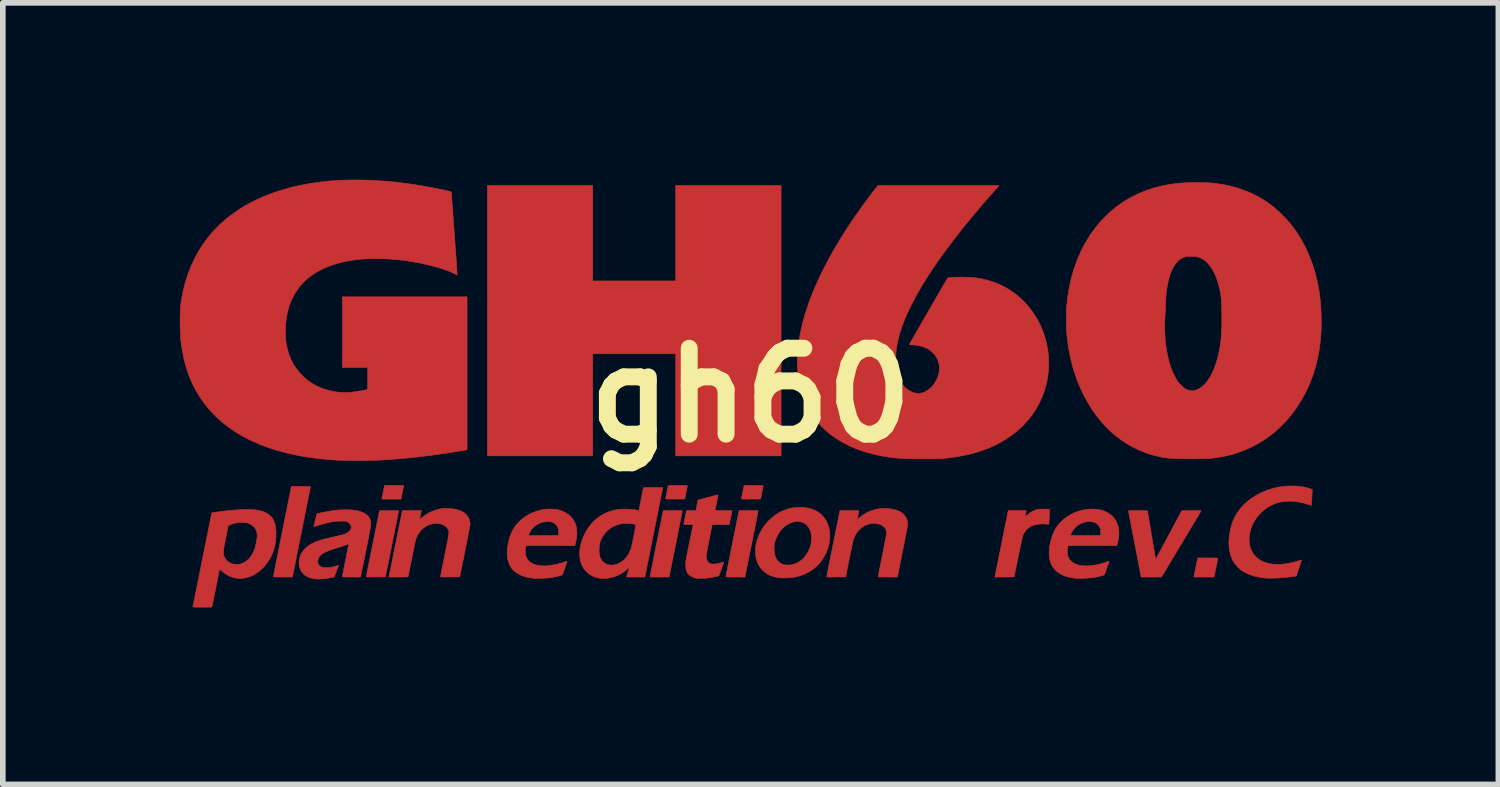
<source format=kicad_pcb>
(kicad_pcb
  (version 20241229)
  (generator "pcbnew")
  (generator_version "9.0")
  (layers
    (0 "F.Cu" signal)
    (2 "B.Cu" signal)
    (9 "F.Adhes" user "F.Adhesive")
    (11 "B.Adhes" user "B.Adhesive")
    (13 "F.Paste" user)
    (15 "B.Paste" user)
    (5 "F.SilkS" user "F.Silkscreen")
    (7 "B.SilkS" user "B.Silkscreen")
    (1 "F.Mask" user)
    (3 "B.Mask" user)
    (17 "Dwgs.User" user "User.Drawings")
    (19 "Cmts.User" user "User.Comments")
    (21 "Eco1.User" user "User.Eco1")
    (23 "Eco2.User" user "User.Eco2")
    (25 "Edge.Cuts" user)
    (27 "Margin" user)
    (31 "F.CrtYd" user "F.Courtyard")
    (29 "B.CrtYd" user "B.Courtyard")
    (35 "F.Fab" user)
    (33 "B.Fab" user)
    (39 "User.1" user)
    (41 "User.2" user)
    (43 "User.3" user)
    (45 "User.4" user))
  (footprint "gh60"
    (layer "F.Cu")
    (at 10.258 3.958)
    (property "Reference" "gh60" (at 0 0 0) (layer "F.SilkS") (effects (font (size 1.524 1.524) (thickness 0.3))))
    (attr through_hole)
    (fp_poly (pts (xy -2.799 -2.027) (xy -1.328 -2.027) (xy -1.328 -3.72) (xy 0.54 -3.72) (xy 0.54 1.074) (xy -1.328 1.074) (xy -1.328 -0.736) (xy -2.799 -0.736) (xy -2.799 1.074) (xy -4.667 1.074) (xy -4.667 -3.72) (xy -2.799 -3.72) (xy -2.799 -2.027)) (stroke (width 0.01) (type solid)) (fill yes) (layer "F.Cu"))
    (fp_poly (pts (xy -6.272 1.598) (xy -6.235 1.598) (xy -6.206 1.599) (xy -6.184 1.599) (xy -6.169 1.6) (xy -6.159 1.601) (xy -6.153 1.602) (xy -6.151 1.604) (xy -6.151 1.607) (xy -6.151 1.607) (xy -6.153 1.615) (xy -6.156 1.632) (xy -6.161 1.655) (xy -6.167 1.684) (xy -6.173 1.717) (xy -6.176 1.729) (xy -6.198 1.841) (xy -6.37 1.841) (xy -6.417 1.841) (xy -6.454 1.841) (xy -6.484 1.841) (xy -6.505 1.841) (xy -6.521 1.84) (xy -6.53 1.839) (xy -6.536 1.837) (xy -6.539 1.835) (xy -6.539 1.833) (xy -6.539 1.832) (xy -6.537 1.824) (xy -6.533 1.808) (xy -6.528 1.784) (xy -6.522 1.756) (xy -6.516 1.723) (xy -6.513 1.711) (xy -6.491 1.598) (xy -6.32 1.598) (xy -6.272 1.598)) (stroke (width 0.01) (type solid)) (fill yes) (layer "F.Cu"))
    (fp_poly (pts (xy 8.158 2.884) (xy 8.198 2.884) (xy 8.23 2.885) (xy 8.254 2.885) (xy 8.27 2.886) (xy 8.28 2.888) (xy 8.285 2.889) (xy 8.285 2.891) (xy 8.284 2.897) (xy 8.28 2.913) (xy 8.275 2.936) (xy 8.269 2.966) (xy 8.262 3.001) (xy 8.254 3.04) (xy 8.25 3.06) (xy 8.216 3.223) (xy 8.037 3.223) (xy 7.995 3.223) (xy 7.956 3.222) (xy 7.922 3.222) (xy 7.894 3.222) (xy 7.873 3.221) (xy 7.861 3.221) (xy 7.858 3.22) (xy 7.859 3.215) (xy 7.862 3.2) (xy 7.866 3.179) (xy 7.872 3.151) (xy 7.878 3.119) (xy 7.885 3.085) (xy 7.893 3.049) (xy 7.9 3.014) (xy 7.907 2.981) (xy 7.913 2.951) (xy 7.918 2.926) (xy 7.922 2.907) (xy 7.924 2.897) (xy 7.924 2.896) (xy 7.927 2.884) (xy 8.107 2.884) (xy 8.158 2.884)) (stroke (width 0.01) (type solid)) (fill yes) (layer "F.Cu"))
    (fp_poly (pts (xy -1.244 1.598) (xy -1.207 1.598) (xy -1.178 1.599) (xy -1.157 1.599) (xy -1.141 1.6) (xy -1.131 1.601) (xy -1.125 1.603) (xy -1.123 1.605) (xy -1.122 1.607) (xy -1.122 1.607) (xy -1.123 1.615) (xy -1.126 1.632) (xy -1.13 1.655) (xy -1.136 1.684) (xy -1.143 1.716) (xy -1.145 1.728) (xy -1.167 1.839) (xy -1.338 1.84) (xy -1.39 1.841) (xy -1.432 1.84) (xy -1.466 1.84) (xy -1.49 1.839) (xy -1.504 1.838) (xy -1.508 1.836) (xy -1.507 1.83) (xy -1.504 1.815) (xy -1.5 1.792) (xy -1.494 1.764) (xy -1.487 1.732) (xy -1.484 1.716) (xy -1.477 1.683) (xy -1.471 1.653) (xy -1.466 1.629) (xy -1.463 1.611) (xy -1.461 1.601) (xy -1.46 1.6) (xy -1.455 1.599) (xy -1.441 1.599) (xy -1.419 1.599) (xy -1.389 1.598) (xy -1.354 1.598) (xy -1.315 1.598) (xy -1.291 1.598) (xy -1.244 1.598)) (stroke (width 0.01) (type solid)) (fill yes) (layer "F.Cu"))
    (fp_poly (pts (xy 0.1 1.598) (xy 0.137 1.598) (xy 0.166 1.599) (xy 0.188 1.599) (xy 0.203 1.6) (xy 0.213 1.601) (xy 0.219 1.603) (xy 0.221 1.605) (xy 0.222 1.607) (xy 0.222 1.607) (xy 0.221 1.615) (xy 0.218 1.632) (xy 0.214 1.655) (xy 0.208 1.684) (xy 0.202 1.716) (xy 0.199 1.728) (xy 0.177 1.839) (xy 0.006 1.84) (xy -0.035 1.841) (xy -0.073 1.841) (xy -0.105 1.84) (xy -0.132 1.84) (xy -0.151 1.84) (xy -0.162 1.839) (xy -0.164 1.839) (xy -0.163 1.833) (xy -0.16 1.818) (xy -0.156 1.797) (xy -0.15 1.769) (xy -0.144 1.737) (xy -0.14 1.719) (xy -0.133 1.685) (xy -0.127 1.655) (xy -0.122 1.63) (xy -0.119 1.612) (xy -0.117 1.602) (xy -0.116 1.6) (xy -0.111 1.6) (xy -0.097 1.599) (xy -0.074 1.599) (xy -0.045 1.598) (xy -0.01 1.598) (xy 0.029 1.598) (xy 0.053 1.598) (xy 0.1 1.598)) (stroke (width 0.01) (type solid)) (fill yes) (layer "F.Cu"))
    (fp_poly (pts (xy -6.33 2.044) (xy -6.298 2.044) (xy -6.271 2.044) (xy -6.252 2.045) (xy -6.241 2.046) (xy -6.239 2.046) (xy -6.24 2.052) (xy -6.243 2.067) (xy -6.248 2.092) (xy -6.255 2.125) (xy -6.263 2.165) (xy -6.272 2.213) (xy -6.283 2.267) (xy -6.295 2.326) (xy -6.308 2.391) (xy -6.322 2.461) (xy -6.337 2.534) (xy -6.352 2.61) (xy -6.357 2.635) (xy -6.475 3.22) (xy -6.645 3.221) (xy -6.694 3.222) (xy -6.733 3.222) (xy -6.764 3.222) (xy -6.786 3.221) (xy -6.801 3.22) (xy -6.811 3.219) (xy -6.815 3.217) (xy -6.815 3.216) (xy -6.814 3.21) (xy -6.811 3.194) (xy -6.806 3.17) (xy -6.8 3.137) (xy -6.792 3.096) (xy -6.782 3.048) (xy -6.771 2.994) (xy -6.759 2.934) (xy -6.746 2.869) (xy -6.732 2.799) (xy -6.717 2.726) (xy -6.702 2.65) (xy -6.697 2.627) (xy -6.579 2.045) (xy -6.409 2.044) (xy -6.368 2.044) (xy -6.33 2.044)) (stroke (width 0.01) (type solid)) (fill yes) (layer "F.Cu"))
    (fp_poly (pts (xy -7.927 1.614) (xy -7.89 1.614) (xy -7.861 1.614) (xy -7.84 1.615) (xy -7.824 1.616) (xy -7.814 1.617) (xy -7.809 1.618) (xy -7.806 1.62) (xy -7.805 1.623) (xy -7.805 1.623) (xy -7.806 1.629) (xy -7.809 1.645) (xy -7.814 1.671) (xy -7.821 1.704) (xy -7.829 1.746) (xy -7.839 1.796) (xy -7.85 1.852) (xy -7.862 1.915) (xy -7.876 1.984) (xy -7.89 2.058) (xy -7.906 2.136) (xy -7.923 2.219) (xy -7.94 2.305) (xy -7.958 2.394) (xy -7.964 2.426) (xy -7.982 2.516) (xy -7.999 2.603) (xy -8.016 2.687) (xy -8.032 2.767) (xy -8.047 2.842) (xy -8.061 2.912) (xy -8.074 2.976) (xy -8.085 3.034) (xy -8.096 3.085) (xy -8.104 3.129) (xy -8.112 3.165) (xy -8.117 3.193) (xy -8.121 3.212) (xy -8.123 3.22) (xy -8.123 3.221) (xy -8.128 3.222) (xy -8.142 3.222) (xy -8.165 3.222) (xy -8.194 3.222) (xy -8.229 3.223) (xy -8.268 3.223) (xy -8.292 3.223) (xy -8.341 3.223) (xy -8.38 3.222) (xy -8.411 3.222) (xy -8.433 3.221) (xy -8.448 3.22) (xy -8.457 3.218) (xy -8.461 3.217) (xy -8.461 3.216) (xy -8.46 3.21) (xy -8.457 3.194) (xy -8.453 3.17) (xy -8.446 3.136) (xy -8.438 3.094) (xy -8.428 3.045) (xy -8.417 2.989) (xy -8.404 2.926) (xy -8.391 2.858) (xy -8.376 2.784) (xy -8.361 2.706) (xy -8.344 2.623) (xy -8.327 2.537) (xy -8.309 2.447) (xy -8.302 2.412) (xy -8.142 1.614) (xy -7.974 1.614) (xy -7.927 1.614)) (stroke (width 0.01) (type solid)) (fill yes) (layer "F.Cu"))
    (fp_poly (pts (xy 0.002 2.043) (xy 0.037 2.043) (xy 0.069 2.043) (xy 0.096 2.044) (xy 0.117 2.045) (xy 0.13 2.046) (xy 0.134 2.047) (xy 0.133 2.052) (xy 0.13 2.067) (xy 0.126 2.092) (xy 0.119 2.125) (xy 0.112 2.165) (xy 0.102 2.212) (xy 0.092 2.266) (xy 0.08 2.326) (xy 0.067 2.39) (xy 0.053 2.459) (xy 0.038 2.531) (xy 0.023 2.607) (xy 0.021 2.619) (xy 0.005 2.696) (xy -0.01 2.769) (xy -0.024 2.839) (xy -0.037 2.906) (xy -0.05 2.967) (xy -0.061 3.023) (xy -0.071 3.073) (xy -0.08 3.115) (xy -0.087 3.151) (xy -0.092 3.178) (xy -0.096 3.196) (xy -0.098 3.205) (xy -0.098 3.205) (xy -0.101 3.223) (xy -0.27 3.223) (xy -0.318 3.223) (xy -0.355 3.222) (xy -0.385 3.222) (xy -0.407 3.221) (xy -0.422 3.22) (xy -0.432 3.219) (xy -0.437 3.218) (xy -0.439 3.215) (xy -0.439 3.215) (xy -0.438 3.209) (xy -0.435 3.193) (xy -0.43 3.168) (xy -0.424 3.135) (xy -0.416 3.094) (xy -0.406 3.046) (xy -0.395 2.992) (xy -0.383 2.932) (xy -0.37 2.867) (xy -0.357 2.798) (xy -0.342 2.725) (xy -0.327 2.649) (xy -0.323 2.63) (xy -0.307 2.553) (xy -0.293 2.479) (xy -0.278 2.409) (xy -0.265 2.343) (xy -0.253 2.282) (xy -0.242 2.227) (xy -0.232 2.178) (xy -0.224 2.135) (xy -0.217 2.1) (xy -0.211 2.074) (xy -0.208 2.056) (xy -0.206 2.048) (xy -0.206 2.047) (xy -0.201 2.046) (xy -0.187 2.045) (xy -0.166 2.044) (xy -0.138 2.044) (xy -0.106 2.043) (xy -0.071 2.043) (xy -0.034 2.043) (xy 0.002 2.043)) (stroke (width 0.01) (type solid)) (fill yes) (layer "F.Cu"))
    (fp_poly (pts (xy -1.334 2.043) (xy -1.297 2.043) (xy -1.268 2.043) (xy -1.247 2.043) (xy -1.232 2.044) (xy -1.221 2.045) (xy -1.216 2.047) (xy -1.213 2.049) (xy -1.212 2.051) (xy -1.212 2.053) (xy -1.213 2.059) (xy -1.216 2.075) (xy -1.221 2.1) (xy -1.227 2.134) (xy -1.235 2.175) (xy -1.245 2.223) (xy -1.256 2.278) (xy -1.268 2.338) (xy -1.281 2.403) (xy -1.294 2.473) (xy -1.309 2.546) (xy -1.324 2.622) (xy -1.328 2.641) (xy -1.344 2.717) (xy -1.358 2.791) (xy -1.373 2.861) (xy -1.386 2.926) (xy -1.398 2.987) (xy -1.409 3.043) (xy -1.419 3.092) (xy -1.427 3.134) (xy -1.434 3.168) (xy -1.44 3.195) (xy -1.443 3.212) (xy -1.445 3.22) (xy -1.445 3.221) (xy -1.45 3.221) (xy -1.464 3.222) (xy -1.487 3.222) (xy -1.516 3.222) (xy -1.551 3.222) (xy -1.59 3.223) (xy -1.614 3.223) (xy -1.661 3.223) (xy -1.698 3.222) (xy -1.728 3.222) (xy -1.749 3.222) (xy -1.764 3.221) (xy -1.774 3.22) (xy -1.78 3.218) (xy -1.783 3.216) (xy -1.783 3.214) (xy -1.782 3.208) (xy -1.779 3.192) (xy -1.774 3.167) (xy -1.768 3.133) (xy -1.76 3.092) (xy -1.75 3.044) (xy -1.739 2.99) (xy -1.727 2.93) (xy -1.714 2.865) (xy -1.701 2.796) (xy -1.686 2.723) (xy -1.671 2.647) (xy -1.667 2.628) (xy -1.651 2.552) (xy -1.637 2.478) (xy -1.623 2.408) (xy -1.609 2.342) (xy -1.597 2.281) (xy -1.586 2.226) (xy -1.576 2.177) (xy -1.568 2.134) (xy -1.561 2.1) (xy -1.555 2.073) (xy -1.552 2.056) (xy -1.551 2.047) (xy -1.55 2.047) (xy -1.545 2.046) (xy -1.531 2.045) (xy -1.508 2.044) (xy -1.479 2.043) (xy -1.444 2.043) (xy -1.405 2.043) (xy -1.381 2.043) (xy -1.334 2.043)) (stroke (width 0.01) (type solid)) (fill yes) (layer "F.Cu"))
    (fp_poly (pts (xy 6.907 2.043) (xy 6.944 2.043) (xy 6.976 2.044) (xy 7.003 2.044) (xy 7.022 2.045) (xy 7.033 2.046) (xy 7.034 2.047) (xy 7.035 2.052) (xy 7.038 2.068) (xy 7.042 2.092) (xy 7.048 2.124) (xy 7.055 2.164) (xy 7.062 2.21) (xy 7.071 2.262) (xy 7.081 2.319) (xy 7.091 2.38) (xy 7.102 2.445) (xy 7.107 2.48) (xy 7.118 2.546) (xy 7.129 2.609) (xy 7.139 2.668) (xy 7.148 2.722) (xy 7.156 2.77) (xy 7.164 2.813) (xy 7.17 2.848) (xy 7.175 2.876) (xy 7.179 2.895) (xy 7.181 2.905) (xy 7.182 2.906) (xy 7.185 2.901) (xy 7.193 2.887) (xy 7.204 2.865) (xy 7.22 2.836) (xy 7.24 2.8) (xy 7.262 2.759) (xy 7.288 2.711) (xy 7.316 2.659) (xy 7.346 2.603) (xy 7.378 2.544) (xy 7.411 2.482) (xy 7.415 2.474) (xy 7.645 2.045) (xy 7.815 2.044) (xy 7.866 2.044) (xy 7.907 2.044) (xy 7.939 2.044) (xy 7.962 2.045) (xy 7.976 2.046) (xy 7.984 2.047) (xy 7.985 2.048) (xy 7.982 2.054) (xy 7.975 2.067) (xy 7.962 2.089) (xy 7.945 2.118) (xy 7.924 2.154) (xy 7.899 2.197) (xy 7.87 2.245) (xy 7.838 2.298) (xy 7.803 2.357) (xy 7.766 2.419) (xy 7.727 2.485) (xy 7.685 2.554) (xy 7.642 2.626) (xy 7.635 2.638) (xy 7.284 3.222) (xy 7.104 3.223) (xy 6.924 3.223) (xy 6.812 2.639) (xy 6.797 2.562) (xy 6.782 2.488) (xy 6.769 2.417) (xy 6.756 2.351) (xy 6.744 2.289) (xy 6.734 2.233) (xy 6.724 2.183) (xy 6.716 2.14) (xy 6.709 2.105) (xy 6.704 2.077) (xy 6.701 2.059) (xy 6.699 2.05) (xy 6.699 2.049) (xy 6.701 2.047) (xy 6.709 2.046) (xy 6.722 2.045) (xy 6.742 2.044) (xy 6.77 2.043) (xy 6.807 2.043) (xy 6.853 2.043) (xy 6.866 2.043) (xy 6.907 2.043)) (stroke (width 0.01) (type solid)) (fill yes) (layer "F.Cu"))
    (fp_poly (pts (xy 5.226 2.019) (xy 5.254 2.019) (xy 5.277 2.02) (xy 5.292 2.021) (xy 5.299 2.021) (xy 5.299 2.021) (xy 5.299 2.027) (xy 5.299 2.042) (xy 5.299 2.064) (xy 5.298 2.091) (xy 5.297 2.122) (xy 5.295 2.154) (xy 5.294 2.186) (xy 5.292 2.217) (xy 5.29 2.244) (xy 5.289 2.266) (xy 5.287 2.28) (xy 5.286 2.286) (xy 5.28 2.289) (xy 5.264 2.287) (xy 5.255 2.286) (xy 5.23 2.282) (xy 5.199 2.281) (xy 5.163 2.281) (xy 5.125 2.284) (xy 5.089 2.287) (xy 5.058 2.292) (xy 5.038 2.296) (xy 4.982 2.318) (xy 4.932 2.347) (xy 4.89 2.383) (xy 4.856 2.427) (xy 4.829 2.477) (xy 4.823 2.493) (xy 4.821 2.501) (xy 4.817 2.518) (xy 4.811 2.543) (xy 4.804 2.576) (xy 4.796 2.614) (xy 4.787 2.658) (xy 4.777 2.705) (xy 4.766 2.756) (xy 4.755 2.809) (xy 4.744 2.862) (xy 4.733 2.915) (xy 4.723 2.968) (xy 4.712 3.018) (xy 4.703 3.064) (xy 4.694 3.107) (xy 4.687 3.144) (xy 4.681 3.175) (xy 4.676 3.198) (xy 4.673 3.213) (xy 4.673 3.219) (xy 4.667 3.22) (xy 4.653 3.22) (xy 4.631 3.221) (xy 4.601 3.222) (xy 4.566 3.222) (xy 4.527 3.223) (xy 4.501 3.223) (xy 4.33 3.223) (xy 4.427 2.74) (xy 4.442 2.667) (xy 4.456 2.595) (xy 4.47 2.525) (xy 4.484 2.458) (xy 4.497 2.395) (xy 4.508 2.337) (xy 4.519 2.284) (xy 4.528 2.238) (xy 4.536 2.199) (xy 4.542 2.169) (xy 4.546 2.15) (xy 4.568 2.043) (xy 4.725 2.043) (xy 4.765 2.043) (xy 4.801 2.043) (xy 4.833 2.043) (xy 4.858 2.044) (xy 4.876 2.044) (xy 4.884 2.045) (xy 4.885 2.045) (xy 4.885 2.051) (xy 4.883 2.065) (xy 4.879 2.085) (xy 4.876 2.102) (xy 4.871 2.125) (xy 4.867 2.144) (xy 4.864 2.156) (xy 4.863 2.16) (xy 4.867 2.158) (xy 4.876 2.15) (xy 4.889 2.137) (xy 4.898 2.129) (xy 4.946 2.089) (xy 4.999 2.056) (xy 5.051 2.034) (xy 5.066 2.029) (xy 5.079 2.025) (xy 5.092 2.022) (xy 5.108 2.02) (xy 5.127 2.019) (xy 5.152 2.019) (xy 5.186 2.019) (xy 5.195 2.019) (xy 5.226 2.019)) (stroke (width 0.01) (type solid)) (fill yes) (layer "F.Cu"))
    (fp_poly (pts (xy 0.981 1.993) (xy 1.054 2.008) (xy 1.121 2.031) (xy 1.182 2.062) (xy 1.237 2.101) (xy 1.285 2.148) (xy 1.326 2.203) (xy 1.333 2.214) (xy 1.363 2.274) (xy 1.385 2.34) (xy 1.399 2.41) (xy 1.404 2.483) (xy 1.401 2.558) (xy 1.39 2.634) (xy 1.37 2.71) (xy 1.342 2.784) (xy 1.334 2.803) (xy 1.29 2.883) (xy 1.24 2.956) (xy 1.182 3.02) (xy 1.117 3.077) (xy 1.046 3.126) (xy 0.969 3.166) (xy 0.885 3.197) (xy 0.812 3.217) (xy 0.761 3.226) (xy 0.705 3.233) (xy 0.647 3.237) (xy 0.59 3.238) (xy 0.538 3.237) (xy 0.495 3.233) (xy 0.424 3.219) (xy 0.361 3.199) (xy 0.305 3.173) (xy 0.254 3.139) (xy 0.217 3.106) (xy 0.178 3.063) (xy 0.146 3.018) (xy 0.122 2.967) (xy 0.102 2.91) (xy 0.099 2.899) (xy 0.093 2.866) (xy 0.089 2.826) (xy 0.087 2.781) (xy 0.087 2.735) (xy 0.09 2.69) (xy 0.09 2.689) (xy 0.416 2.689) (xy 0.416 2.74) (xy 0.421 2.79) (xy 0.43 2.836) (xy 0.444 2.876) (xy 0.449 2.888) (xy 0.475 2.929) (xy 0.508 2.962) (xy 0.547 2.987) (xy 0.581 3.001) (xy 0.611 3.008) (xy 0.647 3.01) (xy 0.687 3.009) (xy 0.727 3.005) (xy 0.763 2.997) (xy 0.774 2.993) (xy 0.822 2.973) (xy 0.87 2.945) (xy 0.908 2.918) (xy 0.944 2.882) (xy 0.978 2.839) (xy 1.01 2.789) (xy 1.037 2.736) (xy 1.058 2.68) (xy 1.061 2.67) (xy 1.071 2.629) (xy 1.077 2.583) (xy 1.079 2.536) (xy 1.078 2.49) (xy 1.073 2.45) (xy 1.072 2.443) (xy 1.056 2.39) (xy 1.032 2.345) (xy 1.002 2.307) (xy 0.966 2.277) (xy 0.925 2.255) (xy 0.879 2.242) (xy 0.83 2.237) (xy 0.779 2.242) (xy 0.725 2.256) (xy 0.685 2.273) (xy 0.629 2.305) (xy 0.578 2.347) (xy 0.532 2.397) (xy 0.492 2.455) (xy 0.459 2.52) (xy 0.432 2.591) (xy 0.431 2.596) (xy 0.421 2.64) (xy 0.416 2.689) (xy 0.09 2.689) (xy 0.095 2.651) (xy 0.097 2.638) (xy 0.121 2.548) (xy 0.155 2.463) (xy 0.199 2.381) (xy 0.251 2.304) (xy 0.313 2.232) (xy 0.325 2.22) (xy 0.387 2.162) (xy 0.45 2.114) (xy 0.514 2.075) (xy 0.583 2.043) (xy 0.635 2.024) (xy 0.671 2.013) (xy 0.702 2.005) (xy 0.733 1.999) (xy 0.766 1.994) (xy 0.806 1.991) (xy 0.818 1.99) (xy 0.902 1.987) (xy 0.981 1.993)) (stroke (width 0.01) (type solid)) (fill yes) (layer "F.Cu"))
    (fp_poly (pts (xy 9.647 1.609) (xy 9.713 1.614) (xy 9.775 1.621) (xy 9.83 1.631) (xy 9.837 1.633) (xy 9.862 1.639) (xy 9.887 1.646) (xy 9.912 1.654) (xy 9.933 1.662) (xy 9.949 1.668) (xy 9.956 1.672) (xy 9.957 1.673) (xy 9.957 1.679) (xy 9.957 1.694) (xy 9.956 1.716) (xy 9.955 1.744) (xy 9.953 1.775) (xy 9.951 1.808) (xy 9.949 1.841) (xy 9.947 1.873) (xy 9.945 1.902) (xy 9.943 1.925) (xy 9.942 1.942) (xy 9.94 1.951) (xy 9.94 1.952) (xy 9.935 1.951) (xy 9.922 1.947) (xy 9.903 1.941) (xy 9.893 1.937) (xy 9.807 1.911) (xy 9.719 1.892) (xy 9.631 1.88) (xy 9.545 1.877) (xy 9.462 1.882) (xy 9.382 1.895) (xy 9.313 1.915) (xy 9.236 1.947) (xy 9.163 1.988) (xy 9.096 2.037) (xy 9.035 2.093) (xy 8.981 2.156) (xy 8.934 2.224) (xy 8.895 2.297) (xy 8.866 2.375) (xy 8.846 2.455) (xy 8.845 2.461) (xy 8.84 2.503) (xy 8.838 2.55) (xy 8.84 2.598) (xy 8.845 2.643) (xy 8.853 2.682) (xy 8.853 2.683) (xy 8.876 2.746) (xy 8.907 2.802) (xy 8.946 2.852) (xy 8.993 2.895) (xy 9.047 2.931) (xy 9.107 2.959) (xy 9.174 2.98) (xy 9.247 2.994) (xy 9.325 2.999) (xy 9.379 2.998) (xy 9.46 2.991) (xy 9.544 2.978) (xy 9.635 2.958) (xy 9.711 2.936) (xy 9.733 2.93) (xy 9.751 2.925) (xy 9.762 2.922) (xy 9.766 2.922) (xy 9.765 2.927) (xy 9.76 2.941) (xy 9.754 2.963) (xy 9.745 2.99) (xy 9.735 3.023) (xy 9.723 3.059) (xy 9.721 3.064) (xy 9.676 3.204) (xy 9.633 3.21) (xy 9.571 3.219) (xy 9.504 3.227) (xy 9.434 3.233) (xy 9.365 3.238) (xy 9.298 3.241) (xy 9.234 3.242) (xy 9.176 3.242) (xy 9.125 3.24) (xy 9.107 3.238) (xy 9.012 3.225) (xy 8.924 3.205) (xy 8.843 3.178) (xy 8.769 3.144) (xy 8.72 3.116) (xy 8.676 3.083) (xy 8.634 3.042) (xy 8.594 2.995) (xy 8.56 2.946) (xy 8.543 2.916) (xy 8.516 2.851) (xy 8.497 2.78) (xy 8.484 2.704) (xy 8.479 2.623) (xy 8.482 2.54) (xy 8.492 2.454) (xy 8.509 2.368) (xy 8.533 2.281) (xy 8.546 2.243) (xy 8.582 2.162) (xy 8.627 2.084) (xy 8.681 2.011) (xy 8.742 1.942) (xy 8.812 1.879) (xy 8.889 1.821) (xy 8.972 1.769) (xy 9.06 1.724) (xy 9.154 1.685) (xy 9.253 1.653) (xy 9.356 1.629) (xy 9.456 1.614) (xy 9.516 1.609) (xy 9.58 1.608) (xy 9.647 1.609)) (stroke (width 0.01) (type solid)) (fill yes) (layer "F.Cu"))
    (fp_poly (pts (xy 6.137 2.021) (xy 6.206 2.033) (xy 6.269 2.053) (xy 6.293 2.063) (xy 6.352 2.095) (xy 6.403 2.133) (xy 6.445 2.178) (xy 6.479 2.229) (xy 6.504 2.286) (xy 6.521 2.349) (xy 6.528 2.415) (xy 6.529 2.453) (xy 6.528 2.49) (xy 6.523 2.528) (xy 6.516 2.571) (xy 6.505 2.619) (xy 6.498 2.647) (xy 6.492 2.667) (xy 5.632 2.667) (xy 5.625 2.682) (xy 5.62 2.698) (xy 5.617 2.721) (xy 5.616 2.75) (xy 5.615 2.78) (xy 5.617 2.808) (xy 5.62 2.833) (xy 5.622 2.842) (xy 5.638 2.885) (xy 5.663 2.922) (xy 5.696 2.954) (xy 5.736 2.98) (xy 5.784 3.001) (xy 5.839 3.015) (xy 5.899 3.023) (xy 5.966 3.024) (xy 6.037 3.02) (xy 6.114 3.008) (xy 6.195 2.991) (xy 6.218 2.984) (xy 6.247 2.976) (xy 6.277 2.967) (xy 6.304 2.958) (xy 6.315 2.953) (xy 6.337 2.946) (xy 6.35 2.942) (xy 6.355 2.944) (xy 6.355 2.945) (xy 6.354 2.951) (xy 6.349 2.967) (xy 6.341 2.989) (xy 6.332 3.016) (xy 6.32 3.048) (xy 6.314 3.067) (xy 6.272 3.183) (xy 6.246 3.193) (xy 6.219 3.201) (xy 6.183 3.21) (xy 6.14 3.22) (xy 6.091 3.229) (xy 6.059 3.234) (xy 6.034 3.237) (xy 6.003 3.24) (xy 5.967 3.242) (xy 5.929 3.245) (xy 5.89 3.246) (xy 5.853 3.247) (xy 5.82 3.248) (xy 5.793 3.247) (xy 5.773 3.246) (xy 5.771 3.246) (xy 5.758 3.244) (xy 5.738 3.242) (xy 5.716 3.238) (xy 5.712 3.238) (xy 5.636 3.224) (xy 5.566 3.202) (xy 5.504 3.174) (xy 5.448 3.139) (xy 5.401 3.098) (xy 5.362 3.051) (xy 5.334 3.004) (xy 5.314 2.953) (xy 5.301 2.896) (xy 5.293 2.833) (xy 5.293 2.767) (xy 5.298 2.699) (xy 5.302 2.678) (xy 5.319 2.593) (xy 5.341 2.514) (xy 5.353 2.482) (xy 5.673 2.482) (xy 5.678 2.483) (xy 5.693 2.484) (xy 5.719 2.485) (xy 5.754 2.486) (xy 5.798 2.487) (xy 5.851 2.487) (xy 5.913 2.487) (xy 5.937 2.487) (xy 6.202 2.487) (xy 6.205 2.474) (xy 6.207 2.455) (xy 6.207 2.43) (xy 6.205 2.402) (xy 6.201 2.375) (xy 6.196 2.352) (xy 6.192 2.343) (xy 6.172 2.309) (xy 6.143 2.28) (xy 6.108 2.258) (xy 6.105 2.256) (xy 6.066 2.244) (xy 6.022 2.238) (xy 5.974 2.24) (xy 5.924 2.249) (xy 5.876 2.265) (xy 5.843 2.279) (xy 5.8 2.306) (xy 5.76 2.341) (xy 5.724 2.381) (xy 5.696 2.424) (xy 5.682 2.454) (xy 5.676 2.469) (xy 5.673 2.48) (xy 5.673 2.482) (xy 5.353 2.482) (xy 5.368 2.442) (xy 5.398 2.379) (xy 5.404 2.369) (xy 5.446 2.307) (xy 5.496 2.249) (xy 5.555 2.195) (xy 5.621 2.147) (xy 5.692 2.105) (xy 5.768 2.07) (xy 5.769 2.07) (xy 5.841 2.046) (xy 5.915 2.029) (xy 5.99 2.019) (xy 6.065 2.017) (xy 6.137 2.021)) (stroke (width 0.01) (type solid)) (fill yes) (layer "F.Cu"))
    (fp_poly (pts (xy -1.875 3.223) (xy -2.038 3.223) (xy -2.084 3.223) (xy -2.121 3.222) (xy -2.149 3.222) (xy -2.169 3.222) (xy -2.184 3.221) (xy -2.193 3.22) (xy -2.198 3.218) (xy -2.199 3.216) (xy -2.199 3.213) (xy -2.199 3.213) (xy -2.197 3.205) (xy -2.191 3.189) (xy -2.184 3.167) (xy -2.176 3.141) (xy -2.172 3.128) (xy -2.164 3.102) (xy -2.157 3.079) (xy -2.152 3.061) (xy -2.149 3.051) (xy -2.148 3.05) (xy -2.152 3.052) (xy -2.161 3.06) (xy -2.175 3.072) (xy -2.183 3.079) (xy -2.24 3.126) (xy -2.303 3.166) (xy -2.37 3.199) (xy -2.44 3.224) (xy -2.511 3.24) (xy -2.583 3.248) (xy -2.652 3.246) (xy -2.693 3.241) (xy -2.756 3.225) (xy -2.814 3.199) (xy -2.868 3.166) (xy -2.915 3.125) (xy -2.955 3.077) (xy -2.986 3.024) (xy -2.999 2.995) (xy -3.012 2.957) (xy -3.022 2.92) (xy -3.027 2.88) (xy -3.03 2.838) (xy -3.031 2.772) (xy -3.03 2.762) (xy -2.687 2.762) (xy -2.685 2.796) (xy -2.682 2.825) (xy -2.681 2.829) (xy -2.666 2.878) (xy -2.644 2.92) (xy -2.614 2.955) (xy -2.579 2.982) (xy -2.538 3) (xy -2.493 3.01) (xy -2.471 3.011) (xy -2.446 3.01) (xy -2.419 3.007) (xy -2.4 3.003) (xy -2.342 2.983) (xy -2.29 2.953) (xy -2.242 2.915) (xy -2.199 2.869) (xy -2.163 2.815) (xy -2.134 2.754) (xy -2.12 2.717) (xy -2.115 2.7) (xy -2.109 2.675) (xy -2.102 2.644) (xy -2.094 2.608) (xy -2.086 2.569) (xy -2.077 2.529) (xy -2.069 2.487) (xy -2.061 2.447) (xy -2.054 2.408) (xy -2.048 2.373) (xy -2.043 2.343) (xy -2.039 2.318) (xy -2.037 2.301) (xy -2.037 2.292) (xy -2.037 2.291) (xy -2.045 2.289) (xy -2.06 2.286) (xy -2.081 2.282) (xy -2.104 2.278) (xy -2.181 2.271) (xy -2.256 2.273) (xy -2.327 2.286) (xy -2.394 2.308) (xy -2.458 2.339) (xy -2.517 2.381) (xy -2.547 2.407) (xy -2.585 2.449) (xy -2.619 2.497) (xy -2.647 2.549) (xy -2.668 2.602) (xy -2.674 2.622) (xy -2.68 2.651) (xy -2.684 2.686) (xy -2.686 2.724) (xy -2.687 2.762) (xy -3.03 2.762) (xy -3.024 2.707) (xy -3.011 2.642) (xy -2.99 2.574) (xy -2.963 2.503) (xy -2.92 2.417) (xy -2.871 2.339) (xy -2.815 2.268) (xy -2.753 2.206) (xy -2.683 2.152) (xy -2.608 2.107) (xy -2.526 2.07) (xy -2.438 2.041) (xy -2.384 2.029) (xy -2.363 2.025) (xy -2.341 2.023) (xy -2.316 2.021) (xy -2.284 2.02) (xy -2.245 2.019) (xy -2.223 2.019) (xy -2.181 2.019) (xy -2.147 2.02) (xy -2.118 2.021) (xy -2.092 2.024) (xy -2.065 2.027) (xy -2.035 2.033) (xy -2 2.04) (xy -1.997 2.04) (xy -1.981 2.043) (xy -1.942 1.846) (xy -1.934 1.801) (xy -1.925 1.76) (xy -1.918 1.723) (xy -1.912 1.692) (xy -1.906 1.667) (xy -1.903 1.65) (xy -1.901 1.642) (xy -1.901 1.642) (xy -1.898 1.64) (xy -1.89 1.638) (xy -1.875 1.637) (xy -1.854 1.636) (xy -1.825 1.636) (xy -1.787 1.635) (xy -1.74 1.635) (xy -1.728 1.635) (xy -1.557 1.635) (xy -1.875 3.223)) (stroke (width 0.01) (type solid)) (fill yes) (layer "F.Cu"))
    (fp_poly (pts (xy -3.528 2.018) (xy -3.484 2.02) (xy -3.445 2.025) (xy -3.412 2.03) (xy -3.405 2.032) (xy -3.337 2.054) (xy -3.276 2.084) (xy -3.223 2.12) (xy -3.177 2.163) (xy -3.14 2.213) (xy -3.111 2.268) (xy -3.091 2.33) (xy -3.088 2.344) (xy -3.082 2.388) (xy -3.08 2.439) (xy -3.082 2.493) (xy -3.089 2.548) (xy -3.1 2.6) (xy -3.101 2.603) (xy -3.106 2.623) (xy -3.111 2.644) (xy -3.112 2.646) (xy -3.117 2.667) (xy -3.978 2.667) (xy -3.984 2.682) (xy -3.989 2.698) (xy -3.992 2.722) (xy -3.994 2.751) (xy -3.994 2.781) (xy -3.993 2.809) (xy -3.989 2.832) (xy -3.987 2.839) (xy -3.969 2.886) (xy -3.943 2.926) (xy -3.909 2.958) (xy -3.867 2.984) (xy -3.817 3.004) (xy -3.802 3.008) (xy -3.774 3.014) (xy -3.739 3.019) (xy -3.701 3.023) (xy -3.663 3.025) (xy -3.631 3.025) (xy -3.617 3.024) (xy -3.528 3.013) (xy -3.441 2.997) (xy -3.358 2.975) (xy -3.306 2.958) (xy -3.286 2.951) (xy -3.269 2.945) (xy -3.259 2.942) (xy -3.257 2.942) (xy -3.257 2.947) (xy -3.26 2.96) (xy -3.266 2.979) (xy -3.274 3.004) (xy -3.283 3.032) (xy -3.293 3.062) (xy -3.304 3.091) (xy -3.314 3.119) (xy -3.323 3.144) (xy -3.33 3.163) (xy -3.336 3.176) (xy -3.338 3.18) (xy -3.346 3.186) (xy -3.364 3.193) (xy -3.39 3.201) (xy -3.423 3.21) (xy -3.461 3.218) (xy -3.504 3.226) (xy -3.549 3.234) (xy -3.55 3.234) (xy -3.577 3.237) (xy -3.61 3.24) (xy -3.647 3.243) (xy -3.686 3.245) (xy -3.726 3.247) (xy -3.763 3.248) (xy -3.796 3.248) (xy -3.822 3.247) (xy -3.839 3.246) (xy -3.852 3.244) (xy -3.872 3.241) (xy -3.894 3.238) (xy -3.897 3.238) (xy -3.968 3.225) (xy -4.034 3.205) (xy -4.095 3.179) (xy -4.149 3.148) (xy -4.195 3.112) (xy -4.233 3.071) (xy -4.236 3.068) (xy -4.268 3.016) (xy -4.292 2.959) (xy -4.308 2.895) (xy -4.316 2.825) (xy -4.315 2.751) (xy -4.306 2.671) (xy -4.289 2.588) (xy -4.284 2.568) (xy -4.272 2.527) (xy -4.262 2.494) (xy -4.257 2.48) (xy -3.937 2.48) (xy -3.936 2.481) (xy -3.931 2.483) (xy -3.923 2.484) (xy -3.909 2.485) (xy -3.89 2.486) (xy -3.865 2.486) (xy -3.832 2.486) (xy -3.792 2.486) (xy -3.742 2.486) (xy -3.683 2.486) (xy -3.671 2.486) (xy -3.405 2.484) (xy -3.405 2.426) (xy -3.407 2.39) (xy -3.411 2.362) (xy -3.418 2.339) (xy -3.431 2.318) (xy -3.445 2.3) (xy -3.473 2.274) (xy -3.504 2.255) (xy -3.54 2.244) (xy -3.582 2.239) (xy -3.614 2.24) (xy -3.674 2.247) (xy -3.731 2.264) (xy -3.783 2.289) (xy -3.83 2.322) (xy -3.871 2.362) (xy -3.905 2.409) (xy -3.915 2.428) (xy -3.925 2.448) (xy -3.932 2.465) (xy -3.936 2.477) (xy -3.937 2.48) (xy -4.257 2.48) (xy -4.252 2.466) (xy -4.24 2.439) (xy -4.227 2.41) (xy -4.226 2.407) (xy -4.186 2.339) (xy -4.138 2.276) (xy -4.082 2.219) (xy -4.018 2.167) (xy -3.949 2.122) (xy -3.873 2.084) (xy -3.793 2.054) (xy -3.71 2.031) (xy -3.649 2.021) (xy -3.613 2.018) (xy -3.571 2.017) (xy -3.528 2.018)) (stroke (width 0.01) (type solid)) (fill yes) (layer "F.Cu"))
    (fp_poly (pts (xy 2.441 2.009) (xy 2.512 2.018) (xy 2.576 2.034) (xy 2.631 2.055) (xy 2.679 2.082) (xy 2.718 2.116) (xy 2.748 2.155) (xy 2.76 2.177) (xy 2.771 2.201) (xy 2.777 2.221) (xy 2.78 2.242) (xy 2.782 2.264) (xy 2.782 2.272) (xy 2.782 2.281) (xy 2.782 2.291) (xy 2.781 2.302) (xy 2.779 2.316) (xy 2.777 2.333) (xy 2.774 2.354) (xy 2.769 2.379) (xy 2.764 2.41) (xy 2.757 2.447) (xy 2.748 2.49) (xy 2.738 2.54) (xy 2.727 2.599) (xy 2.713 2.666) (xy 2.698 2.743) (xy 2.693 2.766) (xy 2.602 3.223) (xy 2.431 3.223) (xy 2.389 3.222) (xy 2.352 3.222) (xy 2.319 3.222) (xy 2.292 3.221) (xy 2.272 3.22) (xy 2.261 3.219) (xy 2.26 3.218) (xy 2.261 3.212) (xy 2.264 3.197) (xy 2.268 3.173) (xy 2.275 3.141) (xy 2.282 3.102) (xy 2.291 3.057) (xy 2.301 3.006) (xy 2.313 2.951) (xy 2.324 2.891) (xy 2.337 2.831) (xy 2.352 2.755) (xy 2.365 2.688) (xy 2.376 2.631) (xy 2.386 2.582) (xy 2.393 2.541) (xy 2.4 2.507) (xy 2.404 2.48) (xy 2.408 2.459) (xy 2.41 2.443) (xy 2.41 2.431) (xy 2.41 2.424) (xy 2.41 2.424) (xy 2.4 2.386) (xy 2.381 2.353) (xy 2.353 2.325) (xy 2.319 2.301) (xy 2.278 2.284) (xy 2.231 2.274) (xy 2.183 2.27) (xy 2.125 2.275) (xy 2.069 2.29) (xy 2.016 2.314) (xy 1.967 2.347) (xy 1.922 2.387) (xy 1.883 2.434) (xy 1.85 2.488) (xy 1.826 2.543) (xy 1.823 2.554) (xy 1.818 2.574) (xy 1.811 2.603) (xy 1.803 2.639) (xy 1.794 2.681) (xy 1.784 2.729) (xy 1.773 2.781) (xy 1.762 2.837) (xy 1.75 2.894) (xy 1.749 2.898) (xy 1.685 3.22) (xy 1.517 3.221) (xy 1.47 3.222) (xy 1.433 3.222) (xy 1.405 3.222) (xy 1.383 3.222) (xy 1.368 3.221) (xy 1.359 3.22) (xy 1.353 3.218) (xy 1.35 3.216) (xy 1.349 3.214) (xy 1.349 3.213) (xy 1.35 3.207) (xy 1.353 3.191) (xy 1.358 3.166) (xy 1.365 3.132) (xy 1.373 3.091) (xy 1.382 3.043) (xy 1.393 2.989) (xy 1.405 2.929) (xy 1.418 2.864) (xy 1.432 2.794) (xy 1.447 2.721) (xy 1.462 2.645) (xy 1.466 2.628) (xy 1.481 2.551) (xy 1.496 2.477) (xy 1.51 2.407) (xy 1.523 2.342) (xy 1.536 2.281) (xy 1.547 2.225) (xy 1.557 2.176) (xy 1.565 2.134) (xy 1.572 2.099) (xy 1.577 2.073) (xy 1.581 2.055) (xy 1.582 2.047) (xy 1.582 2.047) (xy 1.587 2.046) (xy 1.602 2.045) (xy 1.624 2.044) (xy 1.654 2.043) (xy 1.688 2.043) (xy 1.728 2.043) (xy 1.752 2.043) (xy 1.793 2.043) (xy 1.83 2.043) (xy 1.863 2.044) (xy 1.889 2.044) (xy 1.909 2.045) (xy 1.919 2.046) (xy 1.921 2.047) (xy 1.92 2.053) (xy 1.917 2.068) (xy 1.913 2.089) (xy 1.907 2.114) (xy 1.905 2.124) (xy 1.9 2.151) (xy 1.895 2.173) (xy 1.892 2.19) (xy 1.891 2.199) (xy 1.891 2.2) (xy 1.895 2.197) (xy 1.906 2.189) (xy 1.92 2.177) (xy 1.926 2.173) (xy 1.993 2.121) (xy 2.064 2.079) (xy 2.139 2.046) (xy 2.217 2.022) (xy 2.297 2.009) (xy 2.362 2.006) (xy 2.441 2.009)) (stroke (width 0.01) (type solid)) (fill yes) (layer "F.Cu"))
    (fp_poly (pts (xy -5.335 2.008) (xy -5.282 2.013) (xy -5.232 2.021) (xy -5.188 2.032) (xy -5.175 2.036) (xy -5.121 2.058) (xy -5.074 2.087) (xy -5.036 2.121) (xy -5.007 2.161) (xy -4.987 2.205) (xy -4.976 2.254) (xy -4.974 2.288) (xy -4.975 2.297) (xy -4.978 2.316) (xy -4.983 2.344) (xy -4.99 2.379) (xy -4.998 2.422) (xy -5.007 2.471) (xy -5.018 2.525) (xy -5.029 2.584) (xy -5.042 2.648) (xy -5.055 2.714) (xy -5.066 2.768) (xy -5.157 3.22) (xy -5.327 3.221) (xy -5.375 3.222) (xy -5.414 3.222) (xy -5.443 3.222) (xy -5.466 3.221) (xy -5.481 3.22) (xy -5.491 3.219) (xy -5.496 3.218) (xy -5.498 3.216) (xy -5.498 3.215) (xy -5.497 3.209) (xy -5.494 3.193) (xy -5.489 3.169) (xy -5.483 3.136) (xy -5.475 3.097) (xy -5.466 3.052) (xy -5.456 3.001) (xy -5.445 2.946) (xy -5.433 2.887) (xy -5.423 2.838) (xy -5.411 2.776) (xy -5.399 2.717) (xy -5.388 2.661) (xy -5.378 2.609) (xy -5.369 2.563) (xy -5.362 2.522) (xy -5.356 2.488) (xy -5.352 2.463) (xy -5.349 2.446) (xy -5.348 2.439) (xy -5.353 2.403) (xy -5.367 2.37) (xy -5.389 2.34) (xy -5.418 2.315) (xy -5.453 2.295) (xy -5.493 2.281) (xy -5.537 2.272) (xy -5.583 2.27) (xy -5.632 2.276) (xy -5.654 2.281) (xy -5.715 2.301) (xy -5.77 2.331) (xy -5.82 2.369) (xy -5.862 2.415) (xy -5.899 2.469) (xy -5.927 2.529) (xy -5.936 2.555) (xy -5.939 2.566) (xy -5.944 2.587) (xy -5.951 2.615) (xy -5.959 2.651) (xy -5.967 2.694) (xy -5.977 2.741) (xy -5.988 2.793) (xy -5.999 2.848) (xy -6.009 2.896) (xy -6.02 2.952) (xy -6.03 3.005) (xy -6.04 3.054) (xy -6.049 3.098) (xy -6.057 3.136) (xy -6.063 3.168) (xy -6.068 3.192) (xy -6.072 3.207) (xy -6.073 3.213) (xy -6.074 3.216) (xy -6.077 3.218) (xy -6.084 3.22) (xy -6.094 3.221) (xy -6.109 3.222) (xy -6.131 3.222) (xy -6.159 3.222) (xy -6.197 3.223) (xy -6.243 3.223) (xy -6.414 3.223) (xy -6.411 3.211) (xy -6.409 3.204) (xy -6.406 3.188) (xy -6.401 3.163) (xy -6.394 3.131) (xy -6.386 3.091) (xy -6.377 3.045) (xy -6.367 2.994) (xy -6.355 2.938) (xy -6.343 2.878) (xy -6.331 2.815) (xy -6.317 2.749) (xy -6.304 2.683) (xy -6.29 2.615) (xy -6.277 2.548) (xy -6.263 2.482) (xy -6.25 2.417) (xy -6.238 2.355) (xy -6.226 2.297) (xy -6.215 2.242) (xy -6.205 2.193) (xy -6.196 2.149) (xy -6.189 2.112) (xy -6.183 2.082) (xy -6.178 2.06) (xy -6.176 2.047) (xy -6.175 2.044) (xy -6.17 2.044) (xy -6.156 2.043) (xy -6.133 2.043) (xy -6.104 2.043) (xy -6.069 2.043) (xy -6.03 2.043) (xy -6.006 2.043) (xy -5.965 2.043) (xy -5.927 2.043) (xy -5.895 2.043) (xy -5.868 2.044) (xy -5.849 2.044) (xy -5.838 2.045) (xy -5.837 2.045) (xy -5.838 2.051) (xy -5.841 2.065) (xy -5.845 2.086) (xy -5.851 2.111) (xy -5.853 2.12) (xy -5.858 2.147) (xy -5.863 2.17) (xy -5.867 2.187) (xy -5.868 2.196) (xy -5.868 2.197) (xy -5.865 2.196) (xy -5.854 2.189) (xy -5.839 2.177) (xy -5.822 2.164) (xy -5.75 2.112) (xy -5.676 2.07) (xy -5.598 2.038) (xy -5.518 2.017) (xy -5.482 2.011) (xy -5.438 2.006) (xy -5.388 2.006) (xy -5.335 2.008)) (stroke (width 0.01) (type solid)) (fill yes) (layer "F.Cu"))
    (fp_poly (pts (xy -0.578 1.77) (xy -0.581 1.784) (xy -0.585 1.806) (xy -0.59 1.835) (xy -0.596 1.868) (xy -0.603 1.901) (xy -0.61 1.938) (xy -0.617 1.971) (xy -0.622 1.999) (xy -0.626 2.02) (xy -0.629 2.034) (xy -0.63 2.039) (xy -0.625 2.04) (xy -0.61 2.041) (xy -0.588 2.042) (xy -0.559 2.042) (xy -0.525 2.042) (xy -0.487 2.043) (xy -0.478 2.043) (xy -0.433 2.043) (xy -0.397 2.043) (xy -0.369 2.044) (xy -0.35 2.044) (xy -0.337 2.046) (xy -0.331 2.047) (xy -0.329 2.049) (xy -0.329 2.049) (xy -0.331 2.056) (xy -0.334 2.072) (xy -0.339 2.095) (xy -0.345 2.123) (xy -0.351 2.156) (xy -0.355 2.174) (xy -0.378 2.291) (xy -0.681 2.291) (xy -0.735 2.56) (xy -0.745 2.613) (xy -0.755 2.663) (xy -0.764 2.71) (xy -0.772 2.752) (xy -0.778 2.789) (xy -0.783 2.819) (xy -0.787 2.84) (xy -0.788 2.853) (xy -0.788 2.855) (xy -0.784 2.895) (xy -0.773 2.929) (xy -0.754 2.957) (xy -0.729 2.977) (xy -0.724 2.98) (xy -0.701 2.989) (xy -0.674 2.993) (xy -0.642 2.993) (xy -0.604 2.988) (xy -0.559 2.978) (xy -0.531 2.97) (xy -0.51 2.965) (xy -0.492 2.961) (xy -0.481 2.959) (xy -0.479 2.959) (xy -0.48 2.964) (xy -0.484 2.978) (xy -0.49 2.998) (xy -0.499 3.024) (xy -0.509 3.052) (xy -0.519 3.082) (xy -0.53 3.112) (xy -0.54 3.14) (xy -0.549 3.165) (xy -0.556 3.184) (xy -0.562 3.197) (xy -0.564 3.201) (xy -0.571 3.204) (xy -0.587 3.209) (xy -0.611 3.214) (xy -0.639 3.219) (xy -0.671 3.225) (xy -0.704 3.231) (xy -0.738 3.236) (xy -0.77 3.241) (xy -0.773 3.241) (xy -0.823 3.246) (xy -0.872 3.248) (xy -0.917 3.248) (xy -0.954 3.244) (xy -0.961 3.243) (xy -1.004 3.233) (xy -1.044 3.216) (xy -1.078 3.195) (xy -1.105 3.171) (xy -1.111 3.163) (xy -1.126 3.14) (xy -1.137 3.118) (xy -1.144 3.094) (xy -1.148 3.066) (xy -1.15 3.03) (xy -1.15 3.008) (xy -1.15 2.993) (xy -1.15 2.978) (xy -1.15 2.965) (xy -1.149 2.951) (xy -1.147 2.935) (xy -1.145 2.918) (xy -1.141 2.896) (xy -1.137 2.871) (xy -1.131 2.84) (xy -1.123 2.803) (xy -1.114 2.759) (xy -1.104 2.706) (xy -1.091 2.645) (xy -1.088 2.63) (xy -1.077 2.574) (xy -1.066 2.521) (xy -1.056 2.472) (xy -1.047 2.427) (xy -1.039 2.388) (xy -1.032 2.356) (xy -1.027 2.331) (xy -1.024 2.315) (xy -1.023 2.308) (xy -1.02 2.291) (xy -1.103 2.291) (xy -1.131 2.291) (xy -1.155 2.29) (xy -1.173 2.289) (xy -1.184 2.288) (xy -1.185 2.287) (xy -1.184 2.281) (xy -1.182 2.266) (xy -1.177 2.243) (xy -1.172 2.215) (xy -1.165 2.183) (xy -1.162 2.164) (xy -1.155 2.13) (xy -1.149 2.1) (xy -1.144 2.075) (xy -1.14 2.056) (xy -1.138 2.046) (xy -1.138 2.044) (xy -1.133 2.044) (xy -1.119 2.043) (xy -1.098 2.043) (xy -1.072 2.043) (xy -1.054 2.043) (xy -0.969 2.043) (xy -0.952 1.951) (xy -0.947 1.922) (xy -0.942 1.896) (xy -0.938 1.876) (xy -0.935 1.863) (xy -0.934 1.858) (xy -0.928 1.857) (xy -0.914 1.852) (xy -0.893 1.846) (xy -0.865 1.839) (xy -0.834 1.83) (xy -0.799 1.821) (xy -0.762 1.811) (xy -0.725 1.802) (xy -0.689 1.792) (xy -0.656 1.784) (xy -0.627 1.776) (xy -0.604 1.77) (xy -0.587 1.766) (xy -0.579 1.765) (xy -0.578 1.765) (xy -0.578 1.77)) (stroke (width 0.01) (type solid)) (fill yes) (layer "F.Cu"))
    (fp_poly (pts (xy -8.885 2.024) (xy -8.811 2.028) (xy -8.745 2.036) (xy -8.686 2.048) (xy -8.634 2.064) (xy -8.588 2.085) (xy -8.548 2.109) (xy -8.513 2.139) (xy -8.509 2.143) (xy -8.478 2.18) (xy -8.454 2.222) (xy -8.436 2.271) (xy -8.424 2.327) (xy -8.416 2.392) (xy -8.415 2.417) (xy -8.416 2.517) (xy -8.425 2.611) (xy -8.443 2.701) (xy -8.47 2.785) (xy -8.506 2.866) (xy -8.552 2.943) (xy -8.605 3.014) (xy -8.662 3.076) (xy -8.724 3.129) (xy -8.79 3.173) (xy -8.86 3.208) (xy -8.899 3.222) (xy -8.969 3.24) (xy -9.038 3.248) (xy -9.105 3.245) (xy -9.172 3.232) (xy -9.236 3.208) (xy -9.298 3.175) (xy -9.357 3.131) (xy -9.379 3.111) (xy -9.398 3.094) (xy -9.41 3.086) (xy -9.416 3.085) (xy -9.416 3.086) (xy -9.418 3.092) (xy -9.421 3.108) (xy -9.426 3.132) (xy -9.432 3.164) (xy -9.44 3.203) (xy -9.449 3.248) (xy -9.459 3.297) (xy -9.47 3.351) (xy -9.481 3.408) (xy -9.483 3.416) (xy -9.494 3.473) (xy -9.505 3.527) (xy -9.515 3.578) (xy -9.524 3.623) (xy -9.532 3.663) (xy -9.539 3.696) (xy -9.544 3.722) (xy -9.548 3.739) (xy -9.549 3.748) (xy -9.549 3.748) (xy -9.551 3.75) (xy -9.554 3.752) (xy -9.56 3.754) (xy -9.57 3.755) (xy -9.586 3.756) (xy -9.607 3.757) (xy -9.636 3.757) (xy -9.673 3.757) (xy -9.72 3.757) (xy -9.722 3.757) (xy -9.768 3.757) (xy -9.806 3.757) (xy -9.834 3.757) (xy -9.856 3.756) (xy -9.871 3.755) (xy -9.881 3.754) (xy -9.886 3.753) (xy -9.888 3.751) (xy -9.888 3.748) (xy -9.888 3.748) (xy -9.887 3.742) (xy -9.884 3.726) (xy -9.878 3.701) (xy -9.872 3.667) (xy -9.863 3.625) (xy -9.853 3.575) (xy -9.842 3.518) (xy -9.829 3.455) (xy -9.815 3.386) (xy -9.8 3.312) (xy -9.784 3.233) (xy -9.768 3.149) (xy -9.75 3.062) (xy -9.732 2.972) (xy -9.72 2.913) (xy -9.702 2.821) (xy -9.694 2.781) (xy -9.35 2.781) (xy -9.346 2.822) (xy -9.332 2.863) (xy -9.311 2.902) (xy -9.283 2.934) (xy -9.275 2.942) (xy -9.233 2.97) (xy -9.187 2.99) (xy -9.138 2.999) (xy -9.087 2.999) (xy -9.036 2.989) (xy -9.027 2.986) (xy -8.977 2.964) (xy -8.931 2.933) (xy -8.888 2.893) (xy -8.851 2.845) (xy -8.82 2.789) (xy -8.794 2.728) (xy -8.792 2.723) (xy -8.784 2.696) (xy -8.776 2.663) (xy -8.768 2.627) (xy -8.761 2.589) (xy -8.754 2.554) (xy -8.75 2.523) (xy -8.747 2.498) (xy -8.747 2.491) (xy -8.752 2.439) (xy -8.765 2.393) (xy -8.788 2.353) (xy -8.819 2.319) (xy -8.858 2.291) (xy -8.905 2.27) (xy -8.93 2.262) (xy -8.957 2.257) (xy -8.991 2.255) (xy -9.029 2.254) (xy -9.067 2.255) (xy -9.102 2.259) (xy -9.118 2.262) (xy -9.158 2.271) (xy -9.193 2.282) (xy -9.223 2.292) (xy -9.245 2.303) (xy -9.259 2.313) (xy -9.263 2.32) (xy -9.268 2.341) (xy -9.274 2.369) (xy -9.281 2.403) (xy -9.289 2.441) (xy -9.297 2.483) (xy -9.305 2.526) (xy -9.314 2.571) (xy -9.322 2.614) (xy -9.329 2.655) (xy -9.336 2.693) (xy -9.342 2.726) (xy -9.346 2.752) (xy -9.349 2.771) (xy -9.35 2.781) (xy -9.35 2.781) (xy -9.694 2.781) (xy -9.684 2.732) (xy -9.667 2.647) (xy -9.65 2.565) (xy -9.635 2.488) (xy -9.62 2.416) (xy -9.607 2.35) (xy -9.595 2.289) (xy -9.584 2.236) (xy -9.575 2.189) (xy -9.567 2.151) (xy -9.561 2.121) (xy -9.556 2.1) (xy -9.554 2.088) (xy -9.553 2.085) (xy -9.547 2.083) (xy -9.532 2.081) (xy -9.509 2.077) (xy -9.479 2.072) (xy -9.444 2.068) (xy -9.405 2.063) (xy -9.363 2.057) (xy -9.321 2.052) (xy -9.278 2.047) (xy -9.236 2.043) (xy -9.198 2.039) (xy -9.163 2.035) (xy -9.16 2.035) (xy -9.059 2.028) (xy -8.968 2.024) (xy -8.885 2.024)) (stroke (width 0.01) (type solid)) (fill yes) (layer "F.Cu"))
    (fp_poly (pts (xy -7.125 2.031) (xy -7.078 2.033) (xy -7.037 2.036) (xy -7.013 2.039) (xy -6.948 2.053) (xy -6.891 2.071) (xy -6.842 2.095) (xy -6.802 2.124) (xy -6.77 2.157) (xy -6.749 2.194) (xy -6.746 2.2) (xy -6.742 2.211) (xy -6.739 2.221) (xy -6.736 2.232) (xy -6.734 2.245) (xy -6.734 2.259) (xy -6.734 2.275) (xy -6.735 2.295) (xy -6.738 2.318) (xy -6.742 2.346) (xy -6.747 2.379) (xy -6.754 2.419) (xy -6.763 2.465) (xy -6.773 2.518) (xy -6.785 2.579) (xy -6.799 2.649) (xy -6.815 2.728) (xy -6.823 2.765) (xy -6.836 2.831) (xy -6.849 2.895) (xy -6.861 2.955) (xy -6.873 3.011) (xy -6.883 3.061) (xy -6.892 3.105) (xy -6.9 3.143) (xy -6.906 3.173) (xy -6.91 3.195) (xy -6.913 3.208) (xy -6.914 3.211) (xy -6.916 3.223) (xy -7.078 3.223) (xy -7.125 3.223) (xy -7.163 3.222) (xy -7.192 3.222) (xy -7.213 3.221) (xy -7.227 3.22) (xy -7.236 3.218) (xy -7.239 3.216) (xy -7.239 3.216) (xy -7.238 3.21) (xy -7.235 3.194) (xy -7.23 3.17) (xy -7.224 3.138) (xy -7.217 3.1) (xy -7.208 3.056) (xy -7.199 3.008) (xy -7.188 2.956) (xy -7.181 2.921) (xy -7.171 2.867) (xy -7.161 2.817) (xy -7.151 2.77) (xy -7.143 2.729) (xy -7.137 2.694) (xy -7.131 2.665) (xy -7.127 2.645) (xy -7.125 2.633) (xy -7.125 2.631) (xy -7.13 2.632) (xy -7.142 2.637) (xy -7.149 2.641) (xy -7.166 2.649) (xy -7.184 2.656) (xy -7.206 2.665) (xy -7.233 2.674) (xy -7.267 2.685) (xy -7.308 2.698) (xy -7.357 2.713) (xy -7.362 2.715) (xy -7.426 2.735) (xy -7.48 2.754) (xy -7.525 2.773) (xy -7.563 2.791) (xy -7.594 2.81) (xy -7.619 2.83) (xy -7.639 2.852) (xy -7.655 2.876) (xy -7.663 2.892) (xy -7.675 2.924) (xy -7.677 2.952) (xy -7.671 2.98) (xy -7.668 2.987) (xy -7.655 3.009) (xy -7.637 3.027) (xy -7.611 3.041) (xy -7.607 3.044) (xy -7.593 3.049) (xy -7.58 3.053) (xy -7.564 3.054) (xy -7.543 3.055) (xy -7.519 3.055) (xy -7.469 3.053) (xy -7.421 3.046) (xy -7.373 3.034) (xy -7.343 3.025) (xy -7.325 3.019) (xy -7.311 3.015) (xy -7.304 3.013) (xy -7.304 3.013) (xy -7.306 3.018) (xy -7.31 3.031) (xy -7.317 3.05) (xy -7.326 3.074) (xy -7.337 3.101) (xy -7.347 3.129) (xy -7.358 3.156) (xy -7.367 3.18) (xy -7.375 3.2) (xy -7.381 3.214) (xy -7.384 3.221) (xy -7.384 3.221) (xy -7.39 3.223) (xy -7.404 3.226) (xy -7.425 3.23) (xy -7.451 3.235) (xy -7.478 3.24) (xy -7.506 3.245) (xy -7.532 3.249) (xy -7.554 3.252) (xy -7.556 3.252) (xy -7.629 3.258) (xy -7.695 3.258) (xy -7.75 3.251) (xy -7.81 3.236) (xy -7.863 3.214) (xy -7.908 3.186) (xy -7.945 3.15) (xy -7.973 3.108) (xy -7.974 3.107) (xy -7.994 3.058) (xy -8.004 3.006) (xy -8.005 2.949) (xy -7.996 2.889) (xy -7.996 2.888) (xy -7.988 2.856) (xy -7.978 2.829) (xy -7.965 2.803) (xy -7.947 2.776) (xy -7.934 2.759) (xy -7.894 2.713) (xy -7.847 2.673) (xy -7.793 2.638) (xy -7.73 2.607) (xy -7.675 2.586) (xy -7.648 2.577) (xy -7.621 2.568) (xy -7.593 2.56) (xy -7.561 2.551) (xy -7.525 2.542) (xy -7.482 2.532) (xy -7.433 2.52) (xy -7.38 2.508) (xy -7.34 2.499) (xy -7.302 2.49) (xy -7.266 2.481) (xy -7.236 2.473) (xy -7.212 2.466) (xy -7.198 2.461) (xy -7.159 2.442) (xy -7.126 2.42) (xy -7.102 2.396) (xy -7.087 2.369) (xy -7.08 2.342) (xy -7.084 2.314) (xy -7.085 2.31) (xy -7.096 2.292) (xy -7.113 2.273) (xy -7.134 2.255) (xy -7.153 2.243) (xy -7.163 2.238) (xy -7.174 2.235) (xy -7.186 2.233) (xy -7.202 2.232) (xy -7.224 2.231) (xy -7.255 2.231) (xy -7.263 2.231) (xy -7.302 2.231) (xy -7.335 2.233) (xy -7.366 2.236) (xy -7.398 2.24) (xy -7.426 2.245) (xy -7.562 2.275) (xy -7.685 2.311) (xy -7.708 2.318) (xy -7.727 2.323) (xy -7.74 2.326) (xy -7.745 2.326) (xy -7.745 2.321) (xy -7.742 2.307) (xy -7.737 2.287) (xy -7.731 2.261) (xy -7.723 2.233) (xy -7.716 2.204) (xy -7.708 2.175) (xy -7.701 2.149) (xy -7.695 2.127) (xy -7.69 2.111) (xy -7.687 2.103) (xy -7.687 2.102) (xy -7.679 2.099) (xy -7.663 2.094) (xy -7.639 2.088) (xy -7.608 2.082) (xy -7.574 2.075) (xy -7.536 2.067) (xy -7.496 2.06) (xy -7.457 2.053) (xy -7.418 2.047) (xy -7.383 2.042) (xy -7.366 2.039) (xy -7.325 2.035) (xy -7.278 2.032) (xy -7.228 2.03) (xy -7.176 2.03) (xy -7.125 2.031)) (stroke (width 0.01) (type solid)) (fill yes) (layer "F.Cu"))
    (fp_poly (pts (xy -6.82 -3.815) (xy -6.638 -3.807) (xy -6.456 -3.794) (xy -6.272 -3.777) (xy -6.085 -3.753) (xy -5.894 -3.724) (xy -5.695 -3.69) (xy -5.604 -3.672) (xy -5.539 -3.659) (xy -5.484 -3.648) (xy -5.438 -3.639) (xy -5.401 -3.631) (xy -5.371 -3.624) (xy -5.347 -3.618) (xy -5.33 -3.613) (xy -5.318 -3.609) (xy -5.311 -3.605) (xy -5.308 -3.601) (xy -5.308 -3.6) (xy -5.307 -3.592) (xy -5.306 -3.575) (xy -5.303 -3.548) (xy -5.301 -3.513) (xy -5.297 -3.471) (xy -5.294 -3.422) (xy -5.29 -3.367) (xy -5.285 -3.307) (xy -5.28 -3.243) (xy -5.275 -3.175) (xy -5.27 -3.103) (xy -5.265 -3.03) (xy -5.259 -2.954) (xy -5.254 -2.878) (xy -5.248 -2.802) (xy -5.243 -2.727) (xy -5.238 -2.652) (xy -5.233 -2.58) (xy -5.228 -2.511) (xy -5.223 -2.445) (xy -5.219 -2.384) (xy -5.215 -2.327) (xy -5.212 -2.277) (xy -5.209 -2.232) (xy -5.206 -2.195) (xy -5.205 -2.166) (xy -5.204 -2.146) (xy -5.203 -2.134) (xy -5.203 -2.133) (xy -5.21 -2.135) (xy -5.223 -2.141) (xy -5.24 -2.15) (xy -5.246 -2.153) (xy -5.293 -2.177) (xy -5.351 -2.201) (xy -5.416 -2.225) (xy -5.489 -2.249) (xy -5.568 -2.273) (xy -5.651 -2.295) (xy -5.739 -2.317) (xy -5.829 -2.337) (xy -5.92 -2.355) (xy -6.012 -2.371) (xy -6.091 -2.383) (xy -6.258 -2.404) (xy -6.422 -2.417) (xy -6.582 -2.423) (xy -6.737 -2.423) (xy -6.886 -2.414) (xy -7.028 -2.399) (xy -7.164 -2.377) (xy -7.279 -2.351) (xy -7.388 -2.319) (xy -7.493 -2.281) (xy -7.593 -2.238) (xy -7.686 -2.189) (xy -7.771 -2.135) (xy -7.837 -2.086) (xy -7.916 -2.015) (xy -7.987 -1.938) (xy -8.05 -1.854) (xy -8.104 -1.764) (xy -8.15 -1.668) (xy -8.187 -1.566) (xy -8.215 -1.457) (xy -8.235 -1.343) (xy -8.239 -1.307) (xy -8.242 -1.274) (xy -8.244 -1.234) (xy -8.245 -1.19) (xy -8.246 -1.143) (xy -8.246 -1.095) (xy -8.245 -1.049) (xy -8.243 -1.007) (xy -8.241 -0.97) (xy -8.238 -0.942) (xy -8.237 -0.937) (xy -8.216 -0.831) (xy -8.188 -0.733) (xy -8.152 -0.641) (xy -8.108 -0.554) (xy -8.055 -0.473) (xy -7.994 -0.396) (xy -7.985 -0.387) (xy -7.914 -0.315) (xy -7.837 -0.252) (xy -7.753 -0.197) (xy -7.662 -0.15) (xy -7.567 -0.112) (xy -7.466 -0.082) (xy -7.36 -0.062) (xy -7.309 -0.055) (xy -7.266 -0.051) (xy -7.225 -0.049) (xy -7.185 -0.048) (xy -7.144 -0.049) (xy -7.101 -0.052) (xy -7.054 -0.057) (xy -7.003 -0.064) (xy -6.944 -0.074) (xy -6.878 -0.085) (xy -6.849 -0.091) (xy -6.789 -0.102) (xy -6.789 -0.492) (xy -7.239 -0.492) (xy -7.239 -1.746) (xy -5.027 -1.746) (xy -5.027 0.967) (xy -5.177 0.991) (xy -5.388 1.025) (xy -5.591 1.054) (xy -5.787 1.08) (xy -5.977 1.102) (xy -6.163 1.12) (xy -6.345 1.135) (xy -6.526 1.147) (xy -6.649 1.153) (xy -6.679 1.155) (xy -6.718 1.155) (xy -6.764 1.156) (xy -6.815 1.157) (xy -6.871 1.157) (xy -6.929 1.158) (xy -6.987 1.158) (xy -7.044 1.158) (xy -7.099 1.157) (xy -7.149 1.157) (xy -7.193 1.156) (xy -7.229 1.156) (xy -7.242 1.155) (xy -7.276 1.154) (xy -7.318 1.151) (xy -7.366 1.148) (xy -7.417 1.145) (xy -7.469 1.141) (xy -7.52 1.136) (xy -7.568 1.132) (xy -7.609 1.128) (xy -7.623 1.127) (xy -7.821 1.102) (xy -8.011 1.07) (xy -8.193 1.031) (xy -8.368 0.986) (xy -8.534 0.934) (xy -8.693 0.875) (xy -8.843 0.809) (xy -8.985 0.737) (xy -9.12 0.659) (xy -9.246 0.573) (xy -9.364 0.482) (xy -9.474 0.383) (xy -9.575 0.278) (xy -9.668 0.167) (xy -9.753 0.049) (xy -9.77 0.024) (xy -9.841 -0.096) (xy -9.904 -0.222) (xy -9.959 -0.354) (xy -10.006 -0.491) (xy -10.045 -0.635) (xy -10.075 -0.786) (xy -10.098 -0.943) (xy -10.099 -0.95) (xy -10.104 -1.005) (xy -10.108 -1.066) (xy -10.112 -1.132) (xy -10.114 -1.202) (xy -10.115 -1.273) (xy -10.115 -1.345) (xy -10.114 -1.414) (xy -10.112 -1.481) (xy -10.109 -1.542) (xy -10.104 -1.597) (xy -10.099 -1.644) (xy -10.097 -1.66) (xy -10.066 -1.826) (xy -10.027 -1.985) (xy -9.98 -2.137) (xy -9.924 -2.282) (xy -9.86 -2.421) (xy -9.788 -2.554) (xy -9.708 -2.68) (xy -9.619 -2.8) (xy -9.522 -2.914) (xy -9.416 -3.022) (xy -9.302 -3.124) (xy -9.209 -3.197) (xy -9.084 -3.286) (xy -8.95 -3.368) (xy -8.809 -3.443) (xy -8.66 -3.512) (xy -8.504 -3.575) (xy -8.341 -3.63) (xy -8.172 -3.679) (xy -7.997 -3.72) (xy -7.816 -3.754) (xy -7.63 -3.781) (xy -7.615 -3.783) (xy -7.531 -3.792) (xy -7.453 -3.8) (xy -7.378 -3.806) (xy -7.304 -3.811) (xy -7.228 -3.814) (xy -7.148 -3.816) (xy -7.062 -3.817) (xy -7.004 -3.817) (xy -6.82 -3.815)) (stroke (width 0.01) (type solid)) (fill yes) (layer "F.Cu"))
    (fp_poly (pts (xy 8.032 -3.771) (xy 8.133 -3.766) (xy 8.227 -3.758) (xy 8.26 -3.754) (xy 8.404 -3.731) (xy 8.544 -3.7) (xy 8.68 -3.659) (xy 8.812 -3.61) (xy 8.938 -3.553) (xy 9.058 -3.487) (xy 9.172 -3.414) (xy 9.184 -3.405) (xy 9.282 -3.33) (xy 9.378 -3.245) (xy 9.47 -3.153) (xy 9.557 -3.056) (xy 9.636 -2.955) (xy 9.682 -2.889) (xy 9.765 -2.756) (xy 9.84 -2.616) (xy 9.905 -2.471) (xy 9.962 -2.32) (xy 10.01 -2.163) (xy 10.05 -2.001) (xy 10.08 -1.835) (xy 10.102 -1.663) (xy 10.112 -1.521) (xy 10.118 -1.341) (xy 10.116 -1.166) (xy 10.105 -0.997) (xy 10.085 -0.834) (xy 10.057 -0.676) (xy 10.02 -0.523) (xy 9.975 -0.374) (xy 9.921 -0.229) (xy 9.858 -0.088) (xy 9.846 -0.064) (xy 9.771 0.075) (xy 9.69 0.205) (xy 9.602 0.327) (xy 9.507 0.442) (xy 9.405 0.548) (xy 9.297 0.646) (xy 9.182 0.736) (xy 9.123 0.777) (xy 9 0.854) (xy 8.874 0.921) (xy 8.744 0.978) (xy 8.609 1.027) (xy 8.47 1.066) (xy 8.326 1.095) (xy 8.177 1.116) (xy 8.12 1.122) (xy 8.097 1.123) (xy 8.065 1.124) (xy 8.025 1.125) (xy 7.979 1.126) (xy 7.929 1.126) (xy 7.874 1.127) (xy 7.818 1.127) (xy 7.761 1.126) (xy 7.704 1.126) (xy 7.649 1.125) (xy 7.597 1.125) (xy 7.55 1.124) (xy 7.509 1.122) (xy 7.474 1.121) (xy 7.449 1.12) (xy 7.44 1.119) (xy 7.3 1.099) (xy 7.163 1.069) (xy 7.031 1.03) (xy 6.903 0.98) (xy 6.78 0.921) (xy 6.661 0.853) (xy 6.546 0.775) (xy 6.445 0.696) (xy 6.341 0.601) (xy 6.243 0.498) (xy 6.15 0.386) (xy 6.064 0.267) (xy 5.984 0.14) (xy 5.91 0.007) (xy 5.844 -0.133) (xy 5.784 -0.279) (xy 5.733 -0.431) (xy 5.705 -0.526) (xy 5.665 -0.691) (xy 5.633 -0.861) (xy 5.611 -1.037) (xy 5.603 -1.117) (xy 5.601 -1.152) (xy 5.599 -1.197) (xy 5.598 -1.231) (xy 7.339 -1.231) (xy 7.341 -1.151) (xy 7.345 -1.068) (xy 7.351 -0.983) (xy 7.36 -0.898) (xy 7.372 -0.816) (xy 7.372 -0.812) (xy 7.393 -0.698) (xy 7.42 -0.59) (xy 7.451 -0.491) (xy 7.487 -0.4) (xy 7.528 -0.317) (xy 7.56 -0.264) (xy 7.578 -0.238) (xy 7.602 -0.21) (xy 7.629 -0.182) (xy 7.656 -0.155) (xy 7.682 -0.133) (xy 7.705 -0.116) (xy 7.711 -0.112) (xy 7.758 -0.091) (xy 7.804 -0.081) (xy 7.851 -0.082) (xy 7.881 -0.087) (xy 7.931 -0.106) (xy 7.979 -0.134) (xy 8.026 -0.172) (xy 8.071 -0.219) (xy 8.114 -0.275) (xy 8.154 -0.339) (xy 8.191 -0.411) (xy 8.225 -0.491) (xy 8.255 -0.577) (xy 8.27 -0.627) (xy 8.29 -0.701) (xy 8.306 -0.775) (xy 8.32 -0.849) (xy 8.332 -0.925) (xy 8.341 -1.004) (xy 8.347 -1.088) (xy 8.352 -1.177) (xy 8.354 -1.274) (xy 8.354 -1.379) (xy 8.354 -1.441) (xy 8.353 -1.514) (xy 8.351 -1.579) (xy 8.349 -1.635) (xy 8.346 -1.686) (xy 8.342 -1.732) (xy 8.336 -1.775) (xy 8.33 -1.817) (xy 8.322 -1.858) (xy 8.312 -1.9) (xy 8.301 -1.946) (xy 8.3 -1.952) (xy 8.272 -2.044) (xy 8.241 -2.127) (xy 8.205 -2.202) (xy 8.164 -2.268) (xy 8.12 -2.326) (xy 8.073 -2.373) (xy 8.021 -2.411) (xy 7.966 -2.44) (xy 7.962 -2.442) (xy 7.926 -2.453) (xy 7.883 -2.46) (xy 7.836 -2.464) (xy 7.788 -2.464) (xy 7.743 -2.461) (xy 7.702 -2.454) (xy 7.701 -2.453) (xy 7.653 -2.435) (xy 7.608 -2.407) (xy 7.567 -2.369) (xy 7.528 -2.323) (xy 7.493 -2.267) (xy 7.461 -2.203) (xy 7.434 -2.13) (xy 7.41 -2.05) (xy 7.393 -1.974) (xy 7.385 -1.928) (xy 7.378 -1.884) (xy 7.372 -1.841) (xy 7.367 -1.795) (xy 7.363 -1.746) (xy 7.36 -1.691) (xy 7.357 -1.629) (xy 7.355 -1.58) (xy 7.354 -1.537) (xy 7.352 -1.495) (xy 7.35 -1.455) (xy 7.348 -1.42) (xy 7.347 -1.391) (xy 7.345 -1.371) (xy 7.345 -1.371) (xy 7.341 -1.305) (xy 7.339 -1.231) (xy 5.598 -1.231) (xy 5.598 -1.247) (xy 5.597 -1.301) (xy 5.597 -1.357) (xy 5.598 -1.412) (xy 5.598 -1.465) (xy 5.6 -1.513) (xy 5.602 -1.554) (xy 5.603 -1.577) (xy 5.623 -1.752) (xy 5.651 -1.922) (xy 5.688 -2.086) (xy 5.734 -2.244) (xy 5.789 -2.397) (xy 5.853 -2.545) (xy 5.925 -2.686) (xy 6.007 -2.822) (xy 6.025 -2.85) (xy 6.102 -2.957) (xy 6.186 -3.06) (xy 6.277 -3.157) (xy 6.373 -3.249) (xy 6.473 -3.333) (xy 6.576 -3.408) (xy 6.625 -3.44) (xy 6.75 -3.513) (xy 6.879 -3.576) (xy 7.012 -3.631) (xy 7.149 -3.676) (xy 7.292 -3.713) (xy 7.441 -3.74) (xy 7.518 -3.751) (xy 7.613 -3.761) (xy 7.715 -3.768) (xy 7.82 -3.772) (xy 7.927 -3.773) (xy 8.032 -3.771)) (stroke (width 0.01) (type solid)) (fill yes) (layer "F.Cu"))
    (fp_poly (pts (xy 3.435 -3.72) (xy 3.538 -3.72) (xy 3.638 -3.72) (xy 3.733 -3.72) (xy 3.825 -3.72) (xy 3.911 -3.72) (xy 3.992 -3.719) (xy 4.068 -3.719) (xy 4.137 -3.719) (xy 4.199 -3.719) (xy 4.254 -3.719) (xy 4.301 -3.718) (xy 4.34 -3.718) (xy 4.37 -3.718) (xy 4.39 -3.718) (xy 4.401 -3.717) (xy 4.403 -3.717) (xy 4.399 -3.713) (xy 4.39 -3.701) (xy 4.375 -3.684) (xy 4.355 -3.662) (xy 4.332 -3.636) (xy 4.307 -3.607) (xy 4.298 -3.597) (xy 4.121 -3.395) (xy 3.953 -3.198) (xy 3.794 -3.005) (xy 3.645 -2.817) (xy 3.505 -2.633) (xy 3.374 -2.454) (xy 3.253 -2.279) (xy 3.141 -2.11) (xy 3.038 -1.944) (xy 2.974 -1.836) (xy 2.948 -1.789) (xy 2.92 -1.737) (xy 2.89 -1.679) (xy 2.859 -1.62) (xy 2.83 -1.56) (xy 2.801 -1.502) (xy 2.776 -1.447) (xy 2.753 -1.398) (xy 2.738 -1.363) (xy 2.688 -1.232) (xy 2.646 -1.107) (xy 2.614 -0.987) (xy 2.591 -0.871) (xy 2.577 -0.761) (xy 2.573 -0.656) (xy 2.573 -0.616) (xy 2.58 -0.531) (xy 2.593 -0.45) (xy 2.615 -0.371) (xy 2.645 -0.291) (xy 2.669 -0.24) (xy 2.684 -0.211) (xy 2.695 -0.19) (xy 2.706 -0.174) (xy 2.717 -0.16) (xy 2.73 -0.146) (xy 2.739 -0.138) (xy 2.784 -0.102) (xy 2.831 -0.073) (xy 2.88 -0.051) (xy 2.927 -0.037) (xy 2.951 -0.033) (xy 3 -0.034) (xy 3.049 -0.044) (xy 3.097 -0.064) (xy 3.143 -0.091) (xy 3.187 -0.126) (xy 3.227 -0.168) (xy 3.263 -0.216) (xy 3.294 -0.269) (xy 3.319 -0.326) (xy 3.334 -0.374) (xy 3.346 -0.438) (xy 3.347 -0.5) (xy 3.339 -0.561) (xy 3.323 -0.614) (xy 3.297 -0.671) (xy 3.262 -0.722) (xy 3.219 -0.767) (xy 3.168 -0.807) (xy 3.11 -0.839) (xy 3.11 -0.839) (xy 3.064 -0.857) (xy 3.011 -0.872) (xy 2.954 -0.884) (xy 2.899 -0.892) (xy 2.848 -0.894) (xy 2.831 -0.895) (xy 2.819 -0.897) (xy 2.815 -0.899) (xy 2.818 -0.905) (xy 2.825 -0.919) (xy 2.837 -0.941) (xy 2.854 -0.97) (xy 2.874 -1.006) (xy 2.897 -1.047) (xy 2.923 -1.093) (xy 2.952 -1.144) (xy 2.984 -1.199) (xy 3.017 -1.257) (xy 3.051 -1.318) (xy 3.087 -1.38) (xy 3.124 -1.443) (xy 3.16 -1.507) (xy 3.197 -1.571) (xy 3.234 -1.634) (xy 3.269 -1.695) (xy 3.303 -1.754) (xy 3.336 -1.811) (xy 3.367 -1.863) (xy 3.395 -1.912) (xy 3.421 -1.956) (xy 3.444 -1.994) (xy 3.463 -2.027) (xy 3.478 -2.052) (xy 3.489 -2.07) (xy 3.495 -2.08) (xy 3.497 -2.082) (xy 3.515 -2.085) (xy 3.542 -2.088) (xy 3.577 -2.091) (xy 3.617 -2.092) (xy 3.662 -2.094) (xy 3.71 -2.094) (xy 3.76 -2.094) (xy 3.809 -2.093) (xy 3.857 -2.092) (xy 3.902 -2.09) (xy 3.942 -2.088) (xy 3.976 -2.085) (xy 3.99 -2.083) (xy 4.105 -2.063) (xy 4.214 -2.036) (xy 4.316 -2.004) (xy 4.414 -1.964) (xy 4.493 -1.926) (xy 4.597 -1.865) (xy 4.694 -1.797) (xy 4.785 -1.721) (xy 4.869 -1.639) (xy 4.945 -1.55) (xy 5.015 -1.455) (xy 5.077 -1.356) (xy 5.132 -1.252) (xy 5.178 -1.143) (xy 5.217 -1.032) (xy 5.247 -0.918) (xy 5.269 -0.801) (xy 5.282 -0.683) (xy 5.286 -0.563) (xy 5.281 -0.443) (xy 5.267 -0.323) (xy 5.244 -0.203) (xy 5.21 -0.085) (xy 5.172 0.021) (xy 5.119 0.137) (xy 5.058 0.247) (xy 4.987 0.352) (xy 4.908 0.452) (xy 4.821 0.545) (xy 4.725 0.632) (xy 4.622 0.713) (xy 4.511 0.787) (xy 4.394 0.855) (xy 4.269 0.915) (xy 4.17 0.955) (xy 4.072 0.99) (xy 3.973 1.021) (xy 3.871 1.047) (xy 3.764 1.07) (xy 3.651 1.09) (xy 3.53 1.107) (xy 3.466 1.115) (xy 3.442 1.117) (xy 3.408 1.118) (xy 3.366 1.12) (xy 3.317 1.122) (xy 3.263 1.123) (xy 3.204 1.124) (xy 3.143 1.125) (xy 3.08 1.125) (xy 3.016 1.125) (xy 2.953 1.125) (xy 2.892 1.125) (xy 2.834 1.125) (xy 2.781 1.124) (xy 2.734 1.123) (xy 2.693 1.122) (xy 2.661 1.12) (xy 2.651 1.119) (xy 2.484 1.102) (xy 2.323 1.076) (xy 2.171 1.043) (xy 2.025 1.003) (xy 1.887 0.955) (xy 1.756 0.899) (xy 1.632 0.836) (xy 1.516 0.765) (xy 1.407 0.687) (xy 1.386 0.67) (xy 1.327 0.619) (xy 1.266 0.559) (xy 1.207 0.495) (xy 1.151 0.428) (xy 1.1 0.36) (xy 1.066 0.31) (xy 1.045 0.274) (xy 1.022 0.232) (xy 0.999 0.185) (xy 0.976 0.137) (xy 0.955 0.089) (xy 0.937 0.046) (xy 0.929 0.025) (xy 0.89 -0.099) (xy 0.86 -0.229) (xy 0.84 -0.363) (xy 0.829 -0.502) (xy 0.828 -0.645) (xy 0.836 -0.793) (xy 0.854 -0.946) (xy 0.881 -1.104) (xy 0.918 -1.266) (xy 0.964 -1.433) (xy 0.983 -1.492) (xy 1.042 -1.668) (xy 1.112 -1.847) (xy 1.191 -2.03) (xy 1.28 -2.216) (xy 1.378 -2.404) (xy 1.485 -2.596) (xy 1.601 -2.79) (xy 1.726 -2.987) (xy 1.86 -3.185) (xy 2.003 -3.386) (xy 2.154 -3.587) (xy 2.163 -3.6) (xy 2.256 -3.72) (xy 3.329 -3.72) (xy 3.435 -3.72)) (stroke (width 0.01) (type solid)) (fill yes) (layer "F.Cu"))
    (fp_poly (pts (xy -2.745 -3.843) (xy -2.718 -3.825) (xy -2.694 -3.8) (xy -2.676 -3.772) (xy -2.67 -3.755) (xy -2.669 -3.751) (xy -2.668 -3.744) (xy -2.667 -3.735) (xy -2.666 -3.722) (xy -2.665 -3.706) (xy -2.665 -3.686) (xy -2.664 -3.662) (xy -2.663 -3.632) (xy -2.663 -3.597) (xy -2.663 -3.556) (xy -2.662 -3.508) (xy -2.662 -3.453) (xy -2.662 -3.391) (xy -2.662 -3.32) (xy -2.662 -3.241) (xy -2.662 -3.153) (xy -2.662 -3.055) (xy -2.662 -2.947) (xy -2.662 -2.164) (xy -1.466 -2.164) (xy -1.466 -2.954) (xy -1.466 -3.744) (xy -1.453 -3.77) (xy -1.432 -3.804) (xy -1.404 -3.83) (xy -1.381 -3.844) (xy -1.357 -3.855) (xy 0.569 -3.855) (xy 0.594 -3.842) (xy 0.626 -3.82) (xy 0.652 -3.791) (xy 0.662 -3.773) (xy 0.675 -3.749) (xy 0.675 -1.323) (xy 0.675 -1.131) (xy 0.675 -0.95) (xy 0.675 -0.778) (xy 0.675 -0.617) (xy 0.675 -0.464) (xy 0.675 -0.321) (xy 0.675 -0.187) (xy 0.674 -0.062) (xy 0.674 0.056) (xy 0.674 0.165) (xy 0.674 0.267) (xy 0.674 0.361) (xy 0.674 0.448) (xy 0.674 0.528) (xy 0.674 0.601) (xy 0.674 0.668) (xy 0.673 0.729) (xy 0.673 0.785) (xy 0.673 0.835) (xy 0.673 0.879) (xy 0.672 0.919) (xy 0.672 0.955) (xy 0.672 0.986) (xy 0.671 1.012) (xy 0.671 1.036) (xy 0.671 1.055) (xy 0.67 1.072) (xy 0.67 1.085) (xy 0.669 1.096) (xy 0.669 1.105) (xy 0.668 1.112) (xy 0.667 1.117) (xy 0.667 1.12) (xy 0.666 1.122) (xy 0.666 1.123) (xy 0.651 1.147) (xy 0.631 1.17) (xy 0.608 1.19) (xy 0.596 1.198) (xy 0.574 1.209) (xy -0.394 1.209) (xy -0.513 1.209) (xy -0.622 1.209) (xy -0.721 1.209) (xy -0.811 1.209) (xy -0.892 1.209) (xy -0.965 1.209) (xy -1.03 1.209) (xy -1.087 1.209) (xy -1.138 1.208) (xy -1.182 1.208) (xy -1.221 1.208) (xy -1.253 1.208) (xy -1.281 1.207) (xy -1.305 1.207) (xy -1.324 1.206) (xy -1.339 1.206) (xy -1.351 1.205) (xy -1.361 1.204) (xy -1.368 1.203) (xy -1.374 1.202) (xy -1.378 1.201) (xy -1.381 1.2) (xy -1.384 1.199) (xy -1.384 1.199) (xy -1.41 1.181) (xy -1.435 1.157) (xy -1.453 1.13) (xy -1.453 1.13) (xy -1.454 1.127) (xy -1.455 1.123) (xy -1.456 1.119) (xy -1.457 1.113) (xy -1.458 1.106) (xy -1.459 1.095) (xy -1.46 1.082) (xy -1.461 1.066) (xy -1.461 1.046) (xy -1.462 1.021) (xy -1.462 0.991) (xy -1.462 0.956) (xy -1.463 0.915) (xy -1.463 0.868) (xy -1.463 0.814) (xy -1.464 0.753) (xy -1.464 0.683) (xy -1.464 0.606) (xy -1.464 0.519) (xy -1.464 0.423) (xy -1.464 0.318) (xy -1.465 0.255) (xy -1.466 -0.598) (xy -2.662 -0.598) (xy -2.664 1.103) (xy -2.676 1.127) (xy -2.696 1.159) (xy -2.724 1.185) (xy -2.743 1.198) (xy -2.765 1.209) (xy -3.725 1.21) (xy -3.826 1.21) (xy -3.923 1.21) (xy -4.017 1.21) (xy -4.107 1.21) (xy -4.193 1.21) (xy -4.275 1.21) (xy -4.35 1.21) (xy -4.42 1.209) (xy -4.483 1.209) (xy -4.539 1.209) (xy -4.588 1.209) (xy -4.629 1.208) (xy -4.66 1.208) (xy -4.683 1.208) (xy -4.696 1.207) (xy -4.699 1.207) (xy -4.735 1.191) (xy -4.765 1.166) (xy -4.789 1.133) (xy -4.79 1.13) (xy -4.802 1.109) (xy -4.802 -3.754) (xy -4.791 -3.776) (xy -4.769 -3.806) (xy -4.741 -3.832) (xy -4.723 -3.844) (xy -4.702 -3.855) (xy -2.77 -3.855) (xy -2.745 -3.843)) (stroke (width 0.01) (type solid)) (fill yes) (layer "F.Mask"))
    (fp_poly (pts (xy 8.024 -3.907) (xy 8.103 -3.904) (xy 8.173 -3.9) (xy 8.328 -3.882) (xy 8.479 -3.855) (xy 8.625 -3.818) (xy 8.767 -3.772) (xy 8.904 -3.717) (xy 9.036 -3.653) (xy 9.162 -3.581) (xy 9.283 -3.499) (xy 9.398 -3.409) (xy 9.507 -3.31) (xy 9.61 -3.203) (xy 9.706 -3.087) (xy 9.724 -3.064) (xy 9.813 -2.937) (xy 9.894 -2.804) (xy 9.968 -2.663) (xy 10.033 -2.517) (xy 10.091 -2.364) (xy 10.14 -2.207) (xy 10.18 -2.043) (xy 10.212 -1.875) (xy 10.235 -1.703) (xy 10.237 -1.686) (xy 10.243 -1.611) (xy 10.248 -1.528) (xy 10.251 -1.44) (xy 10.253 -1.349) (xy 10.252 -1.256) (xy 10.251 -1.165) (xy 10.247 -1.078) (xy 10.242 -0.997) (xy 10.237 -0.934) (xy 10.215 -0.772) (xy 10.184 -0.613) (xy 10.144 -0.457) (xy 10.095 -0.305) (xy 10.038 -0.158) (xy 9.973 -0.015) (xy 9.9 0.123) (xy 9.82 0.255) (xy 9.732 0.38) (xy 9.637 0.499) (xy 9.535 0.61) (xy 9.427 0.714) (xy 9.377 0.757) (xy 9.258 0.849) (xy 9.134 0.933) (xy 9.005 1.007) (xy 8.87 1.072) (xy 8.731 1.128) (xy 8.586 1.175) (xy 8.438 1.212) (xy 8.285 1.24) (xy 8.139 1.257) (xy 8.111 1.259) (xy 8.075 1.26) (xy 8.031 1.262) (xy 7.982 1.263) (xy 7.928 1.264) (xy 7.871 1.264) (xy 7.812 1.264) (xy 7.752 1.264) (xy 7.694 1.264) (xy 7.638 1.263) (xy 7.585 1.263) (xy 7.538 1.262) (xy 7.497 1.26) (xy 7.465 1.259) (xy 7.443 1.257) (xy 7.296 1.236) (xy 7.153 1.206) (xy 7.014 1.166) (xy 6.88 1.117) (xy 6.75 1.058) (xy 6.625 0.99) (xy 6.504 0.912) (xy 6.389 0.825) (xy 6.278 0.729) (xy 6.173 0.624) (xy 6.073 0.509) (xy 6.053 0.484) (xy 5.961 0.36) (xy 5.876 0.228) (xy 5.798 0.09) (xy 5.729 -0.053) (xy 5.667 -0.202) (xy 5.613 -0.355) (xy 5.566 -0.512) (xy 5.528 -0.672) (xy 5.498 -0.834) (xy 5.476 -0.999) (xy 5.463 -1.165) (xy 5.462 -1.188) (xy 7.477 -1.188) (xy 7.481 -1.094) (xy 7.488 -0.997) (xy 7.499 -0.9) (xy 7.512 -0.806) (xy 7.529 -0.718) (xy 7.546 -0.645) (xy 7.567 -0.571) (xy 7.592 -0.501) (xy 7.619 -0.437) (xy 7.649 -0.38) (xy 7.681 -0.33) (xy 7.713 -0.288) (xy 7.747 -0.255) (xy 7.781 -0.232) (xy 7.783 -0.231) (xy 7.809 -0.22) (xy 7.835 -0.218) (xy 7.862 -0.225) (xy 7.872 -0.23) (xy 7.906 -0.251) (xy 7.941 -0.281) (xy 7.976 -0.32) (xy 8.01 -0.367) (xy 8.042 -0.42) (xy 8.072 -0.48) (xy 8.098 -0.543) (xy 8.115 -0.59) (xy 8.138 -0.665) (xy 8.158 -0.739) (xy 8.175 -0.815) (xy 8.189 -0.895) (xy 8.2 -0.979) (xy 8.209 -1.069) (xy 8.215 -1.166) (xy 8.219 -1.247) (xy 8.221 -1.336) (xy 8.222 -1.425) (xy 8.22 -1.509) (xy 8.217 -1.589) (xy 8.212 -1.662) (xy 8.205 -1.726) (xy 8.205 -1.728) (xy 8.19 -1.817) (xy 8.172 -1.9) (xy 8.15 -1.978) (xy 8.124 -2.05) (xy 8.095 -2.115) (xy 8.064 -2.173) (xy 8.029 -2.222) (xy 7.993 -2.263) (xy 7.954 -2.294) (xy 7.93 -2.307) (xy 7.914 -2.315) (xy 7.9 -2.32) (xy 7.886 -2.323) (xy 7.869 -2.326) (xy 7.846 -2.327) (xy 7.828 -2.327) (xy 7.789 -2.328) (xy 7.758 -2.326) (xy 7.733 -2.322) (xy 7.712 -2.314) (xy 7.694 -2.304) (xy 7.668 -2.283) (xy 7.643 -2.252) (xy 7.618 -2.213) (xy 7.595 -2.166) (xy 7.573 -2.113) (xy 7.554 -2.055) (xy 7.537 -1.992) (xy 7.528 -1.948) (xy 7.519 -1.899) (xy 7.512 -1.85) (xy 7.506 -1.798) (xy 7.501 -1.743) (xy 7.497 -1.681) (xy 7.494 -1.611) (xy 7.493 -1.587) (xy 7.491 -1.544) (xy 7.49 -1.499) (xy 7.487 -1.455) (xy 7.485 -1.415) (xy 7.483 -1.382) (xy 7.482 -1.36) (xy 7.478 -1.278) (xy 7.477 -1.188) (xy 5.462 -1.188) (xy 5.458 -1.331) (xy 5.461 -1.498) (xy 5.474 -1.664) (xy 5.494 -1.828) (xy 5.524 -1.991) (xy 5.562 -2.152) (xy 5.61 -2.309) (xy 5.621 -2.342) (xy 5.651 -2.423) (xy 5.686 -2.508) (xy 5.724 -2.593) (xy 5.764 -2.675) (xy 5.804 -2.751) (xy 5.821 -2.781) (xy 5.903 -2.914) (xy 5.993 -3.04) (xy 6.089 -3.157) (xy 6.193 -3.267) (xy 6.304 -3.369) (xy 6.422 -3.463) (xy 6.547 -3.55) (xy 6.641 -3.607) (xy 6.758 -3.669) (xy 6.882 -3.725) (xy 7.012 -3.773) (xy 7.149 -3.815) (xy 7.289 -3.85) (xy 7.433 -3.877) (xy 7.546 -3.892) (xy 7.614 -3.898) (xy 7.69 -3.903) (xy 7.771 -3.907) (xy 7.856 -3.908) (xy 7.941 -3.909) (xy 8.024 -3.907)) (stroke (width 0.01) (type solid)) (fill yes) (layer "F.Mask"))
    (fp_poly (pts (xy 9.641 1.474) (xy 9.677 1.474) (xy 9.706 1.475) (xy 9.731 1.476) (xy 9.751 1.478) (xy 9.771 1.48) (xy 9.79 1.483) (xy 9.803 1.486) (xy 9.842 1.494) (xy 9.883 1.504) (xy 9.923 1.516) (xy 9.961 1.529) (xy 9.994 1.541) (xy 10.02 1.553) (xy 10.028 1.557) (xy 10.054 1.578) (xy 10.076 1.606) (xy 10.09 1.636) (xy 10.094 1.654) (xy 10.095 1.665) (xy 10.095 1.685) (xy 10.094 1.713) (xy 10.092 1.746) (xy 10.09 1.783) (xy 10.088 1.824) (xy 10.087 1.832) (xy 10.084 1.878) (xy 10.081 1.915) (xy 10.079 1.943) (xy 10.076 1.965) (xy 10.074 1.981) (xy 10.072 1.993) (xy 10.069 2.002) (xy 10.066 2.008) (xy 10.045 2.038) (xy 10.017 2.062) (xy 9.983 2.08) (xy 9.947 2.089) (xy 9.946 2.089) (xy 9.932 2.089) (xy 9.918 2.088) (xy 9.901 2.084) (xy 9.878 2.078) (xy 9.855 2.07) (xy 9.794 2.05) (xy 9.74 2.036) (xy 9.689 2.025) (xy 9.639 2.018) (xy 9.587 2.015) (xy 9.551 2.015) (xy 9.476 2.019) (xy 9.406 2.031) (xy 9.339 2.052) (xy 9.273 2.082) (xy 9.247 2.097) (xy 9.219 2.116) (xy 9.188 2.14) (xy 9.155 2.169) (xy 9.124 2.199) (xy 9.096 2.229) (xy 9.074 2.257) (xy 9.068 2.266) (xy 9.029 2.334) (xy 9 2.402) (xy 8.982 2.47) (xy 8.974 2.538) (xy 8.974 2.557) (xy 8.979 2.616) (xy 8.992 2.67) (xy 9.014 2.717) (xy 9.044 2.758) (xy 9.083 2.793) (xy 9.13 2.822) (xy 9.186 2.843) (xy 9.202 2.848) (xy 9.218 2.852) (xy 9.235 2.855) (xy 9.254 2.857) (xy 9.277 2.858) (xy 9.306 2.859) (xy 9.34 2.859) (xy 9.389 2.858) (xy 9.435 2.856) (xy 9.479 2.851) (xy 9.524 2.843) (xy 9.573 2.832) (xy 9.629 2.818) (xy 9.656 2.81) (xy 9.69 2.801) (xy 9.72 2.794) (xy 9.745 2.79) (xy 9.76 2.789) (xy 9.793 2.794) (xy 9.824 2.808) (xy 9.853 2.829) (xy 9.876 2.856) (xy 9.892 2.887) (xy 9.9 2.921) (xy 9.901 2.933) (xy 9.899 2.943) (xy 9.894 2.961) (xy 9.887 2.986) (xy 9.878 3.017) (xy 9.868 3.051) (xy 9.857 3.087) (xy 9.845 3.124) (xy 9.833 3.16) (xy 9.822 3.193) (xy 9.812 3.222) (xy 9.803 3.245) (xy 9.797 3.261) (xy 9.795 3.264) (xy 9.777 3.29) (xy 9.752 3.312) (xy 9.724 3.328) (xy 9.718 3.33) (xy 9.698 3.335) (xy 9.67 3.341) (xy 9.634 3.347) (xy 9.592 3.354) (xy 9.546 3.36) (xy 9.498 3.366) (xy 9.477 3.368) (xy 9.449 3.371) (xy 9.414 3.373) (xy 9.374 3.375) (xy 9.331 3.377) (xy 9.287 3.378) (xy 9.245 3.379) (xy 9.206 3.38) (xy 9.173 3.379) (xy 9.147 3.379) (xy 9.141 3.378) (xy 9.034 3.367) (xy 8.936 3.348) (xy 8.845 3.324) (xy 8.762 3.292) (xy 8.685 3.254) (xy 8.616 3.209) (xy 8.554 3.156) (xy 8.542 3.145) (xy 8.504 3.104) (xy 8.472 3.062) (xy 8.443 3.014) (xy 8.435 2.999) (xy 8.41 2.953) (xy 8.38 3.102) (xy 8.372 3.142) (xy 8.364 3.179) (xy 8.356 3.212) (xy 8.349 3.24) (xy 8.344 3.26) (xy 8.34 3.272) (xy 8.34 3.273) (xy 8.321 3.305) (xy 8.295 3.33) (xy 8.275 3.341) (xy 8.248 3.355) (xy 8.039 3.355) (xy 7.985 3.355) (xy 7.939 3.355) (xy 7.903 3.354) (xy 7.873 3.354) (xy 7.85 3.352) (xy 7.831 3.35) (xy 7.817 3.348) (xy 7.806 3.344) (xy 7.796 3.34) (xy 7.787 3.334) (xy 7.778 3.327) (xy 7.775 3.325) (xy 7.757 3.306) (xy 7.74 3.281) (xy 7.728 3.253) (xy 7.723 3.231) (xy 7.723 3.217) (xy 7.726 3.194) (xy 7.73 3.165) (xy 7.736 3.129) (xy 7.743 3.09) (xy 7.751 3.048) (xy 7.76 3.006) (xy 7.769 2.964) (xy 7.778 2.924) (xy 7.787 2.888) (xy 7.795 2.857) (xy 7.802 2.834) (xy 7.808 2.818) (xy 7.81 2.815) (xy 7.829 2.791) (xy 7.853 2.77) (xy 7.879 2.756) (xy 7.89 2.752) (xy 7.902 2.75) (xy 7.924 2.749) (xy 7.956 2.748) (xy 7.997 2.747) (xy 8.048 2.747) (xy 8.108 2.747) (xy 8.116 2.748) (xy 8.169 2.748) (xy 8.212 2.748) (xy 8.247 2.749) (xy 8.274 2.75) (xy 8.295 2.751) (xy 8.311 2.752) (xy 8.322 2.753) (xy 8.331 2.755) (xy 8.337 2.757) (xy 8.339 2.758) (xy 8.357 2.767) (xy 8.353 2.753) (xy 8.352 2.743) (xy 8.351 2.725) (xy 8.349 2.7) (xy 8.348 2.67) (xy 8.347 2.637) (xy 8.347 2.635) (xy 8.346 2.59) (xy 8.346 2.552) (xy 8.347 2.52) (xy 8.35 2.489) (xy 8.353 2.466) (xy 8.358 2.429) (xy 8.367 2.385) (xy 8.377 2.34) (xy 8.388 2.294) (xy 8.4 2.252) (xy 8.411 2.215) (xy 8.418 2.195) (xy 8.461 2.101) (xy 8.512 2.011) (xy 8.572 1.928) (xy 8.639 1.851) (xy 8.715 1.78) (xy 8.798 1.715) (xy 8.889 1.657) (xy 8.986 1.606) (xy 9.09 1.563) (xy 9.201 1.526) (xy 9.317 1.498) (xy 9.393 1.484) (xy 9.415 1.48) (xy 9.439 1.478) (xy 9.465 1.476) (xy 9.495 1.475) (xy 9.532 1.474) (xy 9.577 1.474) (xy 9.596 1.474) (xy 9.641 1.474)) (stroke (width 0.01) (type solid)) (fill yes) (layer "F.Mask"))
    (fp_poly (pts (xy -6.922 -3.952) (xy -6.855 -3.951) (xy -6.79 -3.95) (xy -6.731 -3.948) (xy -6.679 -3.946) (xy -6.657 -3.945) (xy -6.4 -3.925) (xy -6.142 -3.897) (xy -5.881 -3.859) (xy -5.616 -3.813) (xy -5.599 -3.809) (xy -5.551 -3.8) (xy -5.502 -3.79) (xy -5.455 -3.78) (xy -5.409 -3.77) (xy -5.367 -3.761) (xy -5.329 -3.752) (xy -5.297 -3.744) (xy -5.272 -3.738) (xy -5.256 -3.733) (xy -5.252 -3.731) (xy -5.227 -3.715) (xy -5.204 -3.692) (xy -5.187 -3.665) (xy -5.179 -3.645) (xy -5.177 -3.637) (xy -5.175 -3.619) (xy -5.173 -3.592) (xy -5.17 -3.557) (xy -5.166 -3.514) (xy -5.162 -3.464) (xy -5.157 -3.408) (xy -5.152 -3.347) (xy -5.147 -3.281) (xy -5.141 -3.211) (xy -5.136 -3.138) (xy -5.13 -3.063) (xy -5.124 -2.986) (xy -5.118 -2.908) (xy -5.112 -2.83) (xy -5.106 -2.753) (xy -5.1 -2.677) (xy -5.095 -2.603) (xy -5.089 -2.531) (xy -5.084 -2.464) (xy -5.08 -2.4) (xy -5.076 -2.342) (xy -5.072 -2.289) (xy -5.069 -2.243) (xy -5.066 -2.204) (xy -5.064 -2.173) (xy -5.063 -2.15) (xy -5.063 -2.138) (xy -5.067 -2.098) (xy -5.08 -2.064) (xy -5.101 -2.036) (xy -5.129 -2.015) (xy -5.163 -2.002) (xy -5.2 -1.998) (xy -5.217 -1.998) (xy -5.231 -2) (xy -5.245 -2.004) (xy -5.262 -2.011) (xy -5.284 -2.021) (xy -5.292 -2.025) (xy -5.362 -2.058) (xy -5.442 -2.089) (xy -5.53 -2.119) (xy -5.625 -2.147) (xy -5.726 -2.174) (xy -5.832 -2.198) (xy -5.942 -2.22) (xy -6.055 -2.239) (xy -6.17 -2.256) (xy -6.271 -2.267) (xy -6.399 -2.278) (xy -6.527 -2.284) (xy -6.653 -2.286) (xy -6.775 -2.283) (xy -6.891 -2.276) (xy -6.977 -2.267) (xy -7.111 -2.247) (xy -7.236 -2.22) (xy -7.353 -2.186) (xy -7.463 -2.146) (xy -7.564 -2.099) (xy -7.657 -2.046) (xy -7.741 -1.987) (xy -7.818 -1.921) (xy -7.851 -1.887) (xy -7.911 -1.816) (xy -7.964 -1.737) (xy -8.009 -1.651) (xy -8.045 -1.559) (xy -8.074 -1.459) (xy -8.091 -1.373) (xy -8.097 -1.334) (xy -8.102 -1.289) (xy -8.105 -1.238) (xy -8.108 -1.185) (xy -8.11 -1.132) (xy -8.11 -1.083) (xy -8.11 -1.038) (xy -8.107 -1.003) (xy -8.093 -0.901) (xy -8.071 -0.805) (xy -8.04 -0.716) (xy -8 -0.632) (xy -7.951 -0.554) (xy -7.894 -0.482) (xy -7.863 -0.449) (xy -7.8 -0.391) (xy -7.733 -0.34) (xy -7.662 -0.298) (xy -7.585 -0.262) (xy -7.501 -0.233) (xy -7.424 -0.212) (xy -7.372 -0.202) (xy -7.32 -0.195) (xy -7.264 -0.19) (xy -7.203 -0.189) (xy -7.186 -0.189) (xy -7.147 -0.189) (xy -7.114 -0.191) (xy -7.085 -0.193) (xy -7.055 -0.197) (xy -7.02 -0.202) (xy -7.009 -0.204) (xy -6.924 -0.22) (xy -6.923 -0.287) (xy -6.921 -0.354) (xy -7.095 -0.356) (xy -7.142 -0.356) (xy -7.18 -0.356) (xy -7.21 -0.357) (xy -7.233 -0.358) (xy -7.251 -0.359) (xy -7.263 -0.36) (xy -7.273 -0.362) (xy -7.281 -0.364) (xy -7.287 -0.367) (xy -7.293 -0.37) (xy -7.325 -0.392) (xy -7.351 -0.421) (xy -7.362 -0.439) (xy -7.374 -0.463) (xy -7.374 -1.775) (xy -7.363 -1.8) (xy -7.345 -1.827) (xy -7.321 -1.852) (xy -7.294 -1.871) (xy -7.293 -1.872) (xy -7.29 -1.873) (xy -7.287 -1.874) (xy -7.283 -1.875) (xy -7.277 -1.875) (xy -7.269 -1.876) (xy -7.258 -1.877) (xy -7.245 -1.878) (xy -7.229 -1.878) (xy -7.209 -1.879) (xy -7.184 -1.879) (xy -7.155 -1.88) (xy -7.122 -1.88) (xy -7.083 -1.88) (xy -7.038 -1.881) (xy -6.986 -1.881) (xy -6.929 -1.881) (xy -6.864 -1.881) (xy -6.791 -1.882) (xy -6.711 -1.882) (xy -6.622 -1.882) (xy -6.525 -1.882) (xy -6.418 -1.882) (xy -6.302 -1.882) (xy -6.175 -1.883) (xy -6.139 -1.883) (xy -5.004 -1.884) (xy -4.977 -1.871) (xy -4.944 -1.85) (xy -4.917 -1.822) (xy -4.903 -1.799) (xy -4.892 -1.775) (xy -4.892 0.992) (xy -4.905 1.02) (xy -4.921 1.047) (xy -4.944 1.072) (xy -4.97 1.089) (xy -4.976 1.092) (xy -4.987 1.095) (xy -5.008 1.1) (xy -5.038 1.106) (xy -5.075 1.112) (xy -5.118 1.12) (xy -5.167 1.128) (xy -5.221 1.137) (xy -5.279 1.146) (xy -5.339 1.156) (xy -5.401 1.165) (xy -5.464 1.174) (xy -5.526 1.183) (xy -5.588 1.192) (xy -5.647 1.2) (xy -5.654 1.201) (xy -5.867 1.227) (xy -6.071 1.249) (xy -6.267 1.267) (xy -6.457 1.28) (xy -6.641 1.289) (xy -6.82 1.294) (xy -6.977 1.296) (xy -7.028 1.295) (xy -7.078 1.295) (xy -7.128 1.294) (xy -7.174 1.293) (xy -7.214 1.293) (xy -7.248 1.292) (xy -7.273 1.291) (xy -7.273 1.291) (xy -7.49 1.277) (xy -7.699 1.256) (xy -7.9 1.228) (xy -8.093 1.193) (xy -8.278 1.151) (xy -8.455 1.103) (xy -8.624 1.047) (xy -8.785 0.985) (xy -8.937 0.916) (xy -9.082 0.84) (xy -9.219 0.757) (xy -9.348 0.667) (xy -9.469 0.57) (xy -9.582 0.467) (xy -9.597 0.452) (xy -9.699 0.343) (xy -9.793 0.227) (xy -9.878 0.106) (xy -9.954 -0.021) (xy -10.022 -0.154) (xy -10.081 -0.294) (xy -10.132 -0.439) (xy -10.174 -0.59) (xy -10.207 -0.748) (xy -10.232 -0.912) (xy -10.234 -0.926) (xy -10.24 -0.989) (xy -10.246 -1.058) (xy -10.249 -1.133) (xy -10.252 -1.21) (xy -10.253 -1.288) (xy -10.252 -1.366) (xy -10.251 -1.441) (xy -10.248 -1.512) (xy -10.243 -1.577) (xy -10.237 -1.634) (xy -10.234 -1.66) (xy -10.204 -1.829) (xy -10.165 -1.993) (xy -10.117 -2.15) (xy -10.061 -2.302) (xy -9.996 -2.448) (xy -9.923 -2.588) (xy -9.841 -2.721) (xy -9.751 -2.848) (xy -9.653 -2.969) (xy -9.547 -3.083) (xy -9.432 -3.19) (xy -9.31 -3.291) (xy -9.179 -3.384) (xy -9.057 -3.462) (xy -9.024 -3.481) (xy -8.998 -3.496) (xy -8.975 -3.509) (xy -8.954 -3.521) (xy -8.932 -3.532) (xy -8.906 -3.546) (xy -8.873 -3.562) (xy -8.864 -3.567) (xy -8.706 -3.64) (xy -8.541 -3.706) (xy -8.368 -3.764) (xy -8.189 -3.814) (xy -8.003 -3.857) (xy -7.81 -3.893) (xy -7.61 -3.92) (xy -7.404 -3.94) (xy -7.287 -3.948) (xy -7.241 -3.95) (xy -7.186 -3.951) (xy -7.125 -3.952) (xy -7.06 -3.953) (xy -6.991 -3.953) (xy -6.922 -3.952)) (stroke (width 0.01) (type solid)) (fill yes) (layer "F.Mask"))
    (fp_poly (pts (xy 3.453 -3.855) (xy 3.573 -3.855) (xy 3.682 -3.855) (xy 3.783 -3.855) (xy 3.874 -3.855) (xy 3.957 -3.855) (xy 4.032 -3.854) (xy 4.099 -3.854) (xy 4.159 -3.854) (xy 4.212 -3.854) (xy 4.258 -3.853) (xy 4.298 -3.853) (xy 4.332 -3.853) (xy 4.361 -3.852) (xy 4.385 -3.852) (xy 4.405 -3.851) (xy 4.42 -3.85) (xy 4.432 -3.85) (xy 4.44 -3.849) (xy 4.445 -3.848) (xy 4.447 -3.848) (xy 4.469 -3.836) (xy 4.492 -3.818) (xy 4.511 -3.796) (xy 4.525 -3.775) (xy 4.527 -3.77) (xy 4.533 -3.748) (xy 4.534 -3.721) (xy 4.533 -3.693) (xy 4.528 -3.668) (xy 4.523 -3.654) (xy 4.517 -3.645) (xy 4.505 -3.63) (xy 4.489 -3.61) (xy 4.468 -3.586) (xy 4.445 -3.559) (xy 4.425 -3.537) (xy 4.255 -3.343) (xy 4.093 -3.153) (xy 3.941 -2.968) (xy 3.797 -2.788) (xy 3.662 -2.611) (xy 3.535 -2.439) (xy 3.417 -2.271) (xy 3.307 -2.107) (xy 3.205 -1.945) (xy 3.11 -1.788) (xy 3.102 -1.773) (xy 3.081 -1.736) (xy 3.058 -1.693) (xy 3.033 -1.646) (xy 3.007 -1.596) (xy 2.981 -1.546) (xy 2.957 -1.497) (xy 2.934 -1.451) (xy 2.915 -1.411) (xy 2.9 -1.378) (xy 2.898 -1.373) (xy 2.882 -1.336) (xy 2.868 -1.303) (xy 2.856 -1.274) (xy 2.846 -1.25) (xy 2.84 -1.234) (xy 2.838 -1.225) (xy 2.838 -1.224) (xy 2.841 -1.229) (xy 2.848 -1.241) (xy 2.861 -1.262) (xy 2.877 -1.29) (xy 2.897 -1.325) (xy 2.921 -1.367) (xy 2.948 -1.413) (xy 2.978 -1.465) (xy 3.01 -1.521) (xy 3.044 -1.58) (xy 3.08 -1.643) (xy 3.106 -1.689) (xy 3.143 -1.754) (xy 3.179 -1.817) (xy 3.214 -1.876) (xy 3.246 -1.932) (xy 3.276 -1.984) (xy 3.303 -2.031) (xy 3.327 -2.072) (xy 3.348 -2.108) (xy 3.365 -2.136) (xy 3.377 -2.156) (xy 3.385 -2.169) (xy 3.388 -2.173) (xy 3.401 -2.186) (xy 3.418 -2.197) (xy 3.44 -2.206) (xy 3.466 -2.213) (xy 3.499 -2.219) (xy 3.539 -2.224) (xy 3.586 -2.227) (xy 3.643 -2.23) (xy 3.694 -2.231) (xy 3.783 -2.232) (xy 3.864 -2.23) (xy 3.941 -2.225) (xy 4.014 -2.217) (xy 4.088 -2.205) (xy 4.157 -2.191) (xy 4.283 -2.157) (xy 4.404 -2.114) (xy 4.521 -2.062) (xy 4.632 -2.001) (xy 4.738 -1.931) (xy 4.838 -1.853) (xy 4.931 -1.766) (xy 5.019 -1.671) (xy 5.099 -1.569) (xy 5.16 -1.477) (xy 5.227 -1.362) (xy 5.284 -1.241) (xy 5.331 -1.116) (xy 5.369 -0.987) (xy 5.397 -0.854) (xy 5.411 -0.759) (xy 5.415 -0.714) (xy 5.418 -0.661) (xy 5.42 -0.603) (xy 5.42 -0.544) (xy 5.419 -0.486) (xy 5.416 -0.432) (xy 5.412 -0.385) (xy 5.411 -0.376) (xy 5.39 -0.24) (xy 5.359 -0.109) (xy 5.318 0.017) (xy 5.268 0.139) (xy 5.209 0.257) (xy 5.14 0.369) (xy 5.064 0.476) (xy 4.978 0.577) (xy 4.884 0.672) (xy 4.782 0.761) (xy 4.672 0.844) (xy 4.554 0.92) (xy 4.443 0.982) (xy 4.308 1.046) (xy 4.166 1.102) (xy 4.018 1.149) (xy 3.863 1.189) (xy 3.702 1.221) (xy 3.659 1.228) (xy 3.616 1.234) (xy 3.576 1.24) (xy 3.54 1.244) (xy 3.504 1.248) (xy 3.469 1.252) (xy 3.433 1.254) (xy 3.395 1.257) (xy 3.353 1.258) (xy 3.307 1.26) (xy 3.255 1.261) (xy 3.195 1.261) (xy 3.127 1.262) (xy 3.069 1.262) (xy 3.011 1.262) (xy 2.956 1.262) (xy 2.904 1.262) (xy 2.857 1.262) (xy 2.815 1.262) (xy 2.78 1.262) (xy 2.753 1.262) (xy 2.734 1.262) (xy 2.725 1.262) (xy 2.711 1.26) (xy 2.689 1.259) (xy 2.662 1.257) (xy 2.633 1.254) (xy 2.627 1.254) (xy 2.465 1.237) (xy 2.308 1.213) (xy 2.157 1.181) (xy 2.011 1.142) (xy 1.872 1.095) (xy 1.739 1.042) (xy 1.614 0.981) (xy 1.495 0.913) (xy 1.383 0.839) (xy 1.279 0.758) (xy 1.183 0.67) (xy 1.096 0.576) (xy 1.041 0.509) (xy 0.967 0.405) (xy 0.902 0.294) (xy 0.845 0.177) (xy 0.797 0.055) (xy 0.757 -0.073) (xy 0.727 -0.205) (xy 0.707 -0.332) (xy 0.696 -0.454) (xy 0.692 -0.582) (xy 0.693 -0.639) (xy 2.708 -0.639) (xy 2.708 -0.634) (xy 2.714 -0.556) (xy 2.728 -0.476) (xy 2.751 -0.397) (xy 2.782 -0.321) (xy 2.791 -0.303) (xy 2.807 -0.273) (xy 2.824 -0.25) (xy 2.845 -0.23) (xy 2.871 -0.21) (xy 2.881 -0.204) (xy 2.919 -0.183) (xy 2.954 -0.173) (xy 2.988 -0.172) (xy 3.022 -0.181) (xy 3.035 -0.187) (xy 3.08 -0.216) (xy 3.12 -0.254) (xy 3.154 -0.299) (xy 3.181 -0.351) (xy 3.201 -0.41) (xy 3.201 -0.411) (xy 3.209 -0.449) (xy 3.211 -0.484) (xy 3.208 -0.519) (xy 3.204 -0.54) (xy 3.188 -0.586) (xy 3.163 -0.628) (xy 3.129 -0.665) (xy 3.086 -0.696) (xy 3.061 -0.709) (xy 3.023 -0.726) (xy 2.984 -0.739) (xy 2.94 -0.748) (xy 2.89 -0.754) (xy 2.858 -0.757) (xy 2.825 -0.759) (xy 2.802 -0.762) (xy 2.784 -0.765) (xy 2.769 -0.769) (xy 2.756 -0.774) (xy 2.753 -0.776) (xy 2.737 -0.783) (xy 2.727 -0.787) (xy 2.723 -0.788) (xy 2.721 -0.78) (xy 2.718 -0.764) (xy 2.715 -0.741) (xy 2.712 -0.716) (xy 2.71 -0.688) (xy 2.709 -0.662) (xy 2.708 -0.639) (xy 0.693 -0.639) (xy 0.695 -0.714) (xy 0.705 -0.849) (xy 0.721 -0.986) (xy 0.727 -1.024) (xy 0.758 -1.186) (xy 0.762 -1.204) (xy 2.826 -1.204) (xy 2.828 -1.201) (xy 2.831 -1.204) (xy 2.828 -1.206) (xy 2.826 -1.204) (xy 0.762 -1.204) (xy 0.765 -1.214) (xy 2.831 -1.214) (xy 2.834 -1.212) (xy 2.836 -1.214) (xy 2.834 -1.217) (xy 2.831 -1.214) (xy 0.765 -1.214) (xy 0.798 -1.353) (xy 0.848 -1.523) (xy 0.907 -1.697) (xy 0.975 -1.875) (xy 1.052 -2.055) (xy 1.138 -2.239) (xy 1.233 -2.425) (xy 1.337 -2.614) (xy 1.449 -2.805) (xy 1.57 -2.998) (xy 1.699 -3.193) (xy 1.837 -3.389) (xy 1.982 -3.587) (xy 2.054 -3.68) (xy 2.084 -3.719) (xy 2.108 -3.751) (xy 2.128 -3.776) (xy 2.144 -3.795) (xy 2.156 -3.81) (xy 2.166 -3.821) (xy 2.175 -3.828) (xy 2.183 -3.834) (xy 2.191 -3.839) (xy 2.198 -3.843) (xy 2.22 -3.855) (xy 3.323 -3.855) (xy 3.453 -3.855)) (stroke (width 0.01) (type solid)) (fill yes) (layer "F.Mask"))
    (fp_poly (pts (xy 6.141 1.883) (xy 6.224 1.897) (xy 6.302 1.919) (xy 6.374 1.95) (xy 6.441 1.99) (xy 6.454 2) (xy 6.485 2.024) (xy 6.51 2.046) (xy 6.529 2.069) (xy 6.546 2.093) (xy 6.556 2.112) (xy 6.566 2.129) (xy 6.573 2.142) (xy 6.577 2.148) (xy 6.577 2.148) (xy 6.576 2.141) (xy 6.574 2.127) (xy 6.57 2.108) (xy 6.569 2.103) (xy 6.563 2.062) (xy 6.565 2.027) (xy 6.574 1.996) (xy 6.577 1.991) (xy 6.596 1.96) (xy 6.62 1.937) (xy 6.642 1.924) (xy 6.67 1.91) (xy 7.068 1.91) (xy 7.095 1.924) (xy 7.126 1.945) (xy 7.149 1.972) (xy 7.16 1.992) (xy 7.163 2.002) (xy 7.167 2.021) (xy 7.172 2.048) (xy 7.179 2.082) (xy 7.186 2.121) (xy 7.194 2.165) (xy 7.202 2.213) (xy 7.208 2.246) (xy 7.216 2.295) (xy 7.223 2.34) (xy 7.23 2.381) (xy 7.236 2.416) (xy 7.242 2.445) (xy 7.246 2.467) (xy 7.248 2.48) (xy 7.249 2.483) (xy 7.252 2.479) (xy 7.26 2.467) (xy 7.271 2.447) (xy 7.287 2.42) (xy 7.305 2.387) (xy 7.326 2.349) (xy 7.349 2.306) (xy 7.374 2.26) (xy 7.39 2.229) (xy 7.416 2.18) (xy 7.441 2.134) (xy 7.465 2.091) (xy 7.486 2.052) (xy 7.505 2.019) (xy 7.52 1.991) (xy 7.532 1.97) (xy 7.54 1.958) (xy 7.542 1.954) (xy 7.556 1.942) (xy 7.574 1.93) (xy 7.584 1.924) (xy 7.611 1.91) (xy 7.814 1.91) (xy 7.866 1.91) (xy 7.909 1.91) (xy 7.943 1.911) (xy 7.969 1.911) (xy 7.99 1.912) (xy 8.005 1.913) (xy 8.017 1.914) (xy 8.025 1.916) (xy 8.031 1.918) (xy 8.037 1.92) (xy 8.038 1.921) (xy 8.07 1.943) (xy 8.095 1.971) (xy 8.112 2.005) (xy 8.12 2.042) (xy 8.12 2.078) (xy 8.118 2.083) (xy 8.115 2.091) (xy 8.109 2.103) (xy 8.101 2.118) (xy 8.091 2.137) (xy 8.077 2.161) (xy 8.061 2.19) (xy 8.041 2.224) (xy 8.017 2.265) (xy 7.99 2.311) (xy 7.958 2.364) (xy 7.922 2.425) (xy 7.882 2.492) (xy 7.836 2.568) (xy 7.786 2.653) (xy 7.757 2.701) (xy 7.713 2.774) (xy 7.67 2.845) (xy 7.629 2.913) (xy 7.59 2.978) (xy 7.553 3.038) (xy 7.519 3.094) (xy 7.488 3.145) (xy 7.46 3.19) (xy 7.437 3.229) (xy 7.417 3.262) (xy 7.401 3.287) (xy 7.39 3.304) (xy 7.384 3.313) (xy 7.383 3.314) (xy 7.37 3.325) (xy 7.352 3.336) (xy 7.343 3.342) (xy 7.316 3.355) (xy 7.104 3.355) (xy 7.049 3.355) (xy 7.003 3.355) (xy 6.965 3.354) (xy 6.935 3.353) (xy 6.911 3.352) (xy 6.892 3.35) (xy 6.878 3.347) (xy 6.866 3.343) (xy 6.856 3.339) (xy 6.847 3.333) (xy 6.838 3.325) (xy 6.833 3.321) (xy 6.826 3.315) (xy 6.82 3.308) (xy 6.814 3.301) (xy 6.809 3.291) (xy 6.803 3.279) (xy 6.798 3.264) (xy 6.792 3.244) (xy 6.786 3.22) (xy 6.779 3.189) (xy 6.771 3.152) (xy 6.762 3.108) (xy 6.752 3.056) (xy 6.74 2.995) (xy 6.727 2.925) (xy 6.726 2.921) (xy 6.715 2.863) (xy 6.704 2.807) (xy 6.694 2.755) (xy 6.685 2.708) (xy 6.676 2.667) (xy 6.669 2.632) (xy 6.664 2.605) (xy 6.66 2.585) (xy 6.657 2.575) (xy 6.657 2.574) (xy 6.654 2.569) (xy 6.652 2.573) (xy 6.652 2.583) (xy 6.65 2.598) (xy 6.645 2.621) (xy 6.639 2.647) (xy 6.631 2.675) (xy 6.622 2.701) (xy 6.614 2.722) (xy 6.608 2.734) (xy 6.59 2.758) (xy 6.564 2.778) (xy 6.537 2.793) (xy 6.528 2.797) (xy 6.508 2.801) (xy 6.48 2.804) (xy 6.448 2.805) (xy 6.443 2.805) (xy 6.418 2.805) (xy 6.402 2.805) (xy 6.394 2.806) (xy 6.394 2.808) (xy 6.4 2.81) (xy 6.405 2.812) (xy 6.437 2.829) (xy 6.462 2.854) (xy 6.48 2.885) (xy 6.49 2.921) (xy 6.491 2.933) (xy 6.492 2.944) (xy 6.492 2.955) (xy 6.49 2.967) (xy 6.487 2.981) (xy 6.481 3) (xy 6.473 3.024) (xy 6.462 3.056) (xy 6.454 3.077) (xy 6.437 3.126) (xy 6.422 3.165) (xy 6.411 3.197) (xy 6.401 3.222) (xy 6.392 3.242) (xy 6.385 3.257) (xy 6.378 3.268) (xy 6.371 3.276) (xy 6.363 3.284) (xy 6.355 3.291) (xy 6.35 3.294) (xy 6.331 3.305) (xy 6.303 3.317) (xy 6.267 3.329) (xy 6.227 3.34) (xy 6.182 3.351) (xy 6.134 3.361) (xy 6.086 3.369) (xy 6.056 3.374) (xy 6.023 3.377) (xy 5.983 3.38) (xy 5.939 3.382) (xy 5.892 3.384) (xy 5.847 3.384) (xy 5.805 3.384) (xy 5.769 3.383) (xy 5.746 3.382) (xy 5.655 3.369) (xy 5.57 3.349) (xy 5.493 3.321) (xy 5.424 3.287) (xy 5.362 3.246) (xy 5.309 3.199) (xy 5.263 3.144) (xy 5.225 3.083) (xy 5.196 3.016) (xy 5.189 2.996) (xy 5.177 2.956) (xy 5.169 2.918) (xy 5.164 2.88) (xy 5.161 2.839) (xy 5.16 2.813) (xy 5.752 2.813) (xy 5.757 2.824) (xy 5.768 2.837) (xy 5.785 2.85) (xy 5.805 2.862) (xy 5.818 2.868) (xy 5.86 2.879) (xy 5.91 2.886) (xy 5.965 2.887) (xy 6.024 2.883) (xy 6.083 2.874) (xy 6.143 2.861) (xy 6.197 2.848) (xy 6.247 2.832) (xy 6.271 2.824) (xy 6.321 2.805) (xy 6.036 2.805) (xy 5.974 2.805) (xy 5.922 2.805) (xy 5.878 2.805) (xy 5.842 2.805) (xy 5.814 2.806) (xy 5.792 2.806) (xy 5.776 2.807) (xy 5.765 2.808) (xy 5.758 2.809) (xy 5.754 2.81) (xy 5.752 2.812) (xy 5.752 2.813) (xy 5.16 2.813) (xy 5.16 2.792) (xy 5.161 2.76) (xy 5.163 2.711) (xy 5.166 2.671) (xy 5.17 2.637) (xy 5.175 2.611) (xy 5.184 2.57) (xy 5.188 2.556) (xy 6.652 2.556) (xy 6.654 2.56) (xy 6.655 2.559) (xy 6.656 2.553) (xy 6.655 2.552) (xy 6.652 2.553) (xy 6.652 2.556) (xy 5.188 2.556) (xy 5.194 2.531) (xy 5.204 2.497) (xy 5.213 2.469) (xy 5.221 2.45) (xy 5.224 2.445) (xy 5.23 2.431) (xy 5.229 2.422) (xy 5.229 2.422) (xy 5.221 2.42) (xy 5.205 2.419) (xy 5.181 2.419) (xy 5.156 2.419) (xy 5.123 2.421) (xy 5.098 2.424) (xy 5.079 2.427) (xy 5.062 2.432) (xy 5.058 2.434) (xy 5.02 2.452) (xy 4.99 2.475) (xy 4.968 2.504) (xy 4.952 2.54) (xy 4.951 2.543) (xy 4.949 2.552) (xy 4.944 2.571) (xy 4.938 2.599) (xy 4.931 2.634) (xy 4.922 2.676) (xy 4.912 2.723) (xy 4.901 2.775) (xy 4.889 2.831) (xy 4.877 2.89) (xy 4.873 2.91) (xy 4.861 2.97) (xy 4.85 3.026) (xy 4.838 3.079) (xy 4.828 3.128) (xy 4.819 3.171) (xy 4.811 3.208) (xy 4.804 3.237) (xy 4.799 3.259) (xy 4.795 3.271) (xy 4.795 3.273) (xy 4.775 3.305) (xy 4.749 3.33) (xy 4.73 3.341) (xy 4.702 3.355) (xy 4.503 3.355) (xy 4.449 3.355) (xy 4.404 3.355) (xy 4.368 3.354) (xy 4.339 3.353) (xy 4.316 3.352) (xy 4.298 3.349) (xy 4.284 3.346) (xy 4.273 3.342) (xy 4.263 3.336) (xy 4.254 3.329) (xy 4.245 3.32) (xy 4.241 3.317) (xy 4.217 3.289) (xy 4.202 3.257) (xy 4.196 3.221) (xy 4.196 3.218) (xy 4.197 3.208) (xy 4.2 3.189) (xy 4.205 3.161) (xy 4.212 3.125) (xy 4.22 3.082) (xy 4.229 3.033) (xy 4.24 2.978) (xy 4.251 2.919) (xy 4.263 2.856) (xy 4.276 2.79) (xy 4.29 2.722) (xy 4.304 2.652) (xy 4.318 2.582) (xy 4.332 2.512) (xy 4.346 2.444) (xy 4.36 2.376) (xy 4.373 2.312) (xy 4.386 2.251) (xy 4.398 2.194) (xy 4.409 2.143) (xy 4.418 2.097) (xy 4.427 2.058) (xy 4.434 2.026) (xy 4.44 2.003) (xy 4.443 1.989) (xy 4.445 1.985) (xy 4.458 1.966) (xy 4.476 1.946) (xy 4.497 1.929) (xy 4.517 1.918) (xy 4.524 1.916) (xy 4.534 1.914) (xy 4.554 1.913) (xy 4.582 1.912) (xy 4.617 1.911) (xy 4.658 1.911) (xy 4.705 1.91) (xy 4.729 1.91) (xy 4.78 1.91) (xy 4.822 1.911) (xy 4.855 1.911) (xy 4.881 1.912) (xy 4.901 1.913) (xy 4.916 1.914) (xy 4.927 1.916) (xy 4.934 1.918) (xy 4.936 1.918) (xy 4.949 1.923) (xy 4.959 1.924) (xy 4.971 1.92) (xy 4.982 1.916) (xy 5.031 1.899) (xy 5.088 1.887) (xy 5.149 1.88) (xy 5.213 1.879) (xy 5.277 1.883) (xy 5.279 1.883) (xy 5.321 1.89) (xy 5.355 1.901) (xy 5.382 1.916) (xy 5.403 1.936) (xy 5.42 1.963) (xy 5.422 1.967) (xy 5.429 1.981) (xy 5.433 1.992) (xy 5.435 2.005) (xy 5.436 2.02) (xy 5.436 2.042) (xy 5.436 2.062) (xy 5.436 2.087) (xy 5.436 2.108) (xy 5.437 2.122) (xy 5.439 2.127) (xy 5.439 2.127) (xy 5.445 2.124) (xy 5.455 2.115) (xy 5.456 2.113) (xy 5.468 2.102) (xy 5.487 2.087) (xy 5.509 2.07) (xy 5.535 2.051) (xy 5.56 2.033) (xy 5.583 2.018) (xy 5.596 2.01) (xy 5.684 1.963) (xy 5.774 1.926) (xy 5.866 1.9) (xy 5.958 1.884) (xy 6.051 1.879) (xy 6.052 1.879) (xy 6.141 1.883)) (stroke (width 0.01) (type solid)) (fill yes) (layer "F.Mask"))
    (fp_poly (pts (xy -6.341 1.461) (xy -6.312 1.462) (xy -6.125 1.463) (xy -6.094 1.478) (xy -6.062 1.499) (xy -6.038 1.527) (xy -6.023 1.561) (xy -6.017 1.598) (xy -6.017 1.604) (xy -6.018 1.617) (xy -6.021 1.639) (xy -6.025 1.668) (xy -6.031 1.701) (xy -6.038 1.736) (xy -6.045 1.772) (xy -6.052 1.807) (xy -6.059 1.839) (xy -6.065 1.865) (xy -6.07 1.885) (xy -6.072 1.89) (xy -6.079 1.91) (xy -5.943 1.91) (xy -5.901 1.91) (xy -5.869 1.911) (xy -5.844 1.911) (xy -5.825 1.912) (xy -5.811 1.914) (xy -5.8 1.915) (xy -5.792 1.918) (xy -5.784 1.921) (xy -5.767 1.93) (xy -5.752 1.94) (xy -5.748 1.943) (xy -5.736 1.955) (xy -5.708 1.943) (xy -5.664 1.925) (xy -5.617 1.908) (xy -5.572 1.893) (xy -5.531 1.883) (xy -5.53 1.882) (xy -5.497 1.877) (xy -5.457 1.873) (xy -5.412 1.871) (xy -5.364 1.871) (xy -5.317 1.872) (xy -5.274 1.875) (xy -5.237 1.88) (xy -5.234 1.881) (xy -5.162 1.897) (xy -5.099 1.918) (xy -5.043 1.944) (xy -4.994 1.976) (xy -4.949 2.014) (xy -4.944 2.019) (xy -4.921 2.044) (xy -4.904 2.067) (xy -4.888 2.095) (xy -4.882 2.107) (xy -4.863 2.151) (xy -4.85 2.193) (xy -4.843 2.235) (xy -4.841 2.284) (xy -4.841 2.288) (xy -4.841 2.298) (xy -4.842 2.31) (xy -4.843 2.322) (xy -4.845 2.336) (xy -4.847 2.354) (xy -4.85 2.374) (xy -4.854 2.399) (xy -4.86 2.428) (xy -4.866 2.463) (xy -4.874 2.505) (xy -4.883 2.553) (xy -4.895 2.609) (xy -4.907 2.674) (xy -4.922 2.748) (xy -4.932 2.798) (xy -4.946 2.866) (xy -4.959 2.932) (xy -4.972 2.994) (xy -4.984 3.052) (xy -4.995 3.105) (xy -5.005 3.152) (xy -5.013 3.193) (xy -5.021 3.226) (xy -5.026 3.251) (xy -5.03 3.267) (xy -5.032 3.273) (xy -5.051 3.305) (xy -5.077 3.33) (xy -5.097 3.341) (xy -5.124 3.355) (xy -5.327 3.355) (xy -5.379 3.355) (xy -5.421 3.355) (xy -5.455 3.355) (xy -5.482 3.354) (xy -5.503 3.353) (xy -5.518 3.353) (xy -5.53 3.351) (xy -5.538 3.349) (xy -5.545 3.347) (xy -5.552 3.345) (xy -5.554 3.344) (xy -5.583 3.325) (xy -5.607 3.299) (xy -5.625 3.268) (xy -5.634 3.234) (xy -5.636 3.219) (xy -5.634 3.209) (xy -5.632 3.19) (xy -5.627 3.162) (xy -5.62 3.127) (xy -5.613 3.085) (xy -5.603 3.037) (xy -5.593 2.984) (xy -5.582 2.927) (xy -5.57 2.867) (xy -5.562 2.825) (xy -5.549 2.764) (xy -5.538 2.705) (xy -5.527 2.651) (xy -5.517 2.601) (xy -5.508 2.556) (xy -5.5 2.518) (xy -5.494 2.487) (xy -5.49 2.464) (xy -5.487 2.45) (xy -5.486 2.445) (xy -5.49 2.433) (xy -5.502 2.423) (xy -5.521 2.415) (xy -5.546 2.409) (xy -5.574 2.407) (xy -5.603 2.409) (xy -5.604 2.409) (xy -5.649 2.42) (xy -5.691 2.441) (xy -5.729 2.471) (xy -5.762 2.509) (xy -5.789 2.554) (xy -5.804 2.588) (xy -5.807 2.598) (xy -5.811 2.618) (xy -5.818 2.646) (xy -5.825 2.682) (xy -5.834 2.723) (xy -5.844 2.771) (xy -5.855 2.822) (xy -5.866 2.877) (xy -5.876 2.929) (xy -5.887 2.986) (xy -5.898 3.04) (xy -5.908 3.091) (xy -5.918 3.137) (xy -5.926 3.178) (xy -5.933 3.212) (xy -5.939 3.239) (xy -5.943 3.257) (xy -5.946 3.265) (xy -5.96 3.294) (xy -5.985 3.321) (xy -6.008 3.338) (xy -6.029 3.352) (xy -6.44 3.352) (xy -6.505 3.352) (xy -6.567 3.352) (xy -6.626 3.352) (xy -6.679 3.352) (xy -6.728 3.352) (xy -6.77 3.352) (xy -6.805 3.352) (xy -6.833 3.352) (xy -6.851 3.352) (xy -6.86 3.351) (xy -6.861 3.351) (xy -6.868 3.351) (xy -6.885 3.351) (xy -6.91 3.352) (xy -6.942 3.352) (xy -6.979 3.352) (xy -7.021 3.353) (xy -7.066 3.353) (xy -7.071 3.353) (xy -7.123 3.354) (xy -7.166 3.354) (xy -7.201 3.354) (xy -7.228 3.354) (xy -7.249 3.353) (xy -7.264 3.352) (xy -7.276 3.351) (xy -7.284 3.349) (xy -7.29 3.347) (xy -7.301 3.343) (xy -7.311 3.342) (xy -7.324 3.344) (xy -7.342 3.349) (xy -7.343 3.349) (xy -7.374 3.358) (xy -7.413 3.367) (xy -7.456 3.375) (xy -7.501 3.382) (xy -7.545 3.389) (xy -7.578 3.392) (xy -7.659 3.396) (xy -7.735 3.391) (xy -7.806 3.376) (xy -7.873 3.353) (xy -7.936 3.32) (xy -7.967 3.299) (xy -7.984 3.287) (xy -7.995 3.281) (xy -8 3.281) (xy -8.003 3.284) (xy -8.003 3.285) (xy -8.011 3.298) (xy -8.025 3.314) (xy -8.043 3.329) (xy -8.062 3.341) (xy -8.067 3.344) (xy -8.074 3.347) (xy -8.08 3.349) (xy -8.089 3.351) (xy -8.099 3.352) (xy -8.114 3.353) (xy -8.133 3.354) (xy -8.158 3.354) (xy -8.19 3.355) (xy -8.23 3.355) (xy -8.28 3.355) (xy -8.291 3.355) (xy -8.491 3.355) (xy -8.518 3.341) (xy -8.55 3.32) (xy -8.574 3.291) (xy -8.591 3.256) (xy -8.596 3.232) (xy -8.6 3.215) (xy -8.604 3.208) (xy -8.61 3.21) (xy -8.618 3.218) (xy -8.629 3.228) (xy -8.648 3.242) (xy -8.672 3.258) (xy -8.699 3.275) (xy -8.726 3.292) (xy -8.752 3.307) (xy -8.768 3.315) (xy -8.833 3.344) (xy -8.895 3.364) (xy -8.958 3.377) (xy -9.025 3.383) (xy -9.049 3.383) (xy -9.098 3.381) (xy -9.142 3.376) (xy -9.186 3.366) (xy -9.232 3.35) (xy -9.271 3.334) (xy -9.291 3.325) (xy -9.308 3.319) (xy -9.319 3.315) (xy -9.322 3.314) (xy -9.323 3.319) (xy -9.326 3.334) (xy -9.331 3.357) (xy -9.337 3.387) (xy -9.344 3.424) (xy -9.353 3.466) (xy -9.362 3.512) (xy -9.372 3.56) (xy -9.383 3.618) (xy -9.393 3.666) (xy -9.401 3.706) (xy -9.408 3.738) (xy -9.414 3.763) (xy -9.419 3.783) (xy -9.423 3.798) (xy -9.427 3.81) (xy -9.431 3.819) (xy -9.434 3.826) (xy -9.437 3.83) (xy -9.46 3.856) (xy -9.491 3.877) (xy -9.525 3.889) (xy -9.526 3.889) (xy -9.54 3.891) (xy -9.562 3.892) (xy -9.591 3.893) (xy -9.626 3.894) (xy -9.665 3.894) (xy -9.706 3.894) (xy -9.748 3.894) (xy -9.788 3.894) (xy -9.826 3.893) (xy -9.86 3.892) (xy -9.887 3.891) (xy -9.907 3.889) (xy -9.917 3.887) (xy -9.953 3.873) (xy -9.982 3.851) (xy -10.004 3.822) (xy -10.018 3.788) (xy -10.022 3.752) (xy -10.021 3.744) (xy -10.018 3.726) (xy -10.014 3.699) (xy -10.007 3.663) (xy -9.999 3.62) (xy -9.989 3.57) (xy -9.978 3.514) (xy -9.966 3.452) (xy -9.953 3.385) (xy -9.939 3.314) (xy -9.925 3.239) (xy -9.909 3.161) (xy -9.893 3.082) (xy -9.877 3) (xy -9.861 2.918) (xy -9.844 2.835) (xy -9.835 2.786) (xy -9.213 2.786) (xy -9.208 2.811) (xy -9.195 2.831) (xy -9.175 2.848) (xy -9.149 2.859) (xy -9.12 2.864) (xy -9.089 2.863) (xy -9.058 2.855) (xy -9.051 2.853) (xy -9.022 2.835) (xy -8.993 2.808) (xy -8.967 2.776) (xy -8.949 2.745) (xy -8.934 2.713) (xy -8.922 2.681) (xy -8.912 2.645) (xy -8.902 2.604) (xy -8.895 2.566) (xy -8.888 2.523) (xy -8.885 2.488) (xy -8.887 2.46) (xy -8.893 2.439) (xy -8.903 2.424) (xy -8.903 2.424) (xy -8.926 2.407) (xy -8.956 2.396) (xy -8.991 2.39) (xy -9.03 2.39) (xy -9.071 2.395) (xy -9.098 2.402) (xy -9.117 2.408) (xy -9.132 2.414) (xy -9.14 2.417) (xy -9.141 2.418) (xy -9.143 2.425) (xy -9.147 2.441) (xy -9.152 2.464) (xy -9.158 2.493) (xy -9.165 2.527) (xy -9.172 2.564) (xy -9.18 2.602) (xy -9.187 2.64) (xy -9.194 2.677) (xy -9.2 2.711) (xy -9.206 2.74) (xy -9.21 2.764) (xy -9.212 2.78) (xy -9.213 2.786) (xy -9.835 2.786) (xy -9.828 2.753) (xy -9.812 2.673) (xy -9.796 2.594) (xy -9.78 2.517) (xy -9.766 2.444) (xy -9.752 2.375) (xy -9.738 2.31) (xy -9.726 2.25) (xy -9.715 2.197) (xy -9.705 2.15) (xy -9.697 2.11) (xy -9.69 2.078) (xy -9.685 2.055) (xy -9.681 2.041) (xy -9.68 2.038) (xy -9.665 2.009) (xy -9.642 1.984) (xy -9.616 1.965) (xy -9.613 1.964) (xy -9.598 1.958) (xy -9.572 1.952) (xy -9.535 1.945) (xy -9.489 1.938) (xy -9.432 1.93) (xy -9.365 1.921) (xy -9.321 1.916) (xy -9.2 1.902) (xy -9.088 1.893) (xy -8.986 1.888) (xy -8.894 1.887) (xy -8.811 1.891) (xy -8.738 1.898) (xy -8.713 1.902) (xy -8.65 1.916) (xy -8.591 1.935) (xy -8.537 1.957) (xy -8.491 1.983) (xy -8.452 2.012) (xy -8.421 2.043) (xy -8.407 2.064) (xy -8.397 2.08) (xy -8.389 2.093) (xy -8.384 2.099) (xy -8.383 2.099) (xy -8.382 2.095) (xy -8.378 2.081) (xy -8.373 2.058) (xy -8.366 2.028) (xy -8.358 1.992) (xy -8.35 1.95) (xy -8.34 1.904) (xy -8.33 1.855) (xy -8.33 1.854) (xy -8.32 1.803) (xy -8.31 1.755) (xy -8.301 1.711) (xy -8.292 1.671) (xy -8.285 1.637) (xy -8.279 1.61) (xy -8.275 1.591) (xy -8.273 1.582) (xy -8.257 1.548) (xy -8.234 1.519) (xy -8.203 1.497) (xy -8.203 1.496) (xy -8.174 1.482) (xy -7.979 1.482) (xy -7.918 1.482) (xy -7.868 1.482) (xy -7.828 1.483) (xy -7.797 1.484) (xy -7.776 1.486) (xy -7.763 1.488) (xy -7.762 1.488) (xy -7.734 1.501) (xy -7.709 1.523) (xy -7.688 1.551) (xy -7.674 1.582) (xy -7.668 1.614) (xy -7.668 1.619) (xy -7.669 1.632) (xy -7.672 1.653) (xy -7.676 1.682) (xy -7.682 1.716) (xy -7.689 1.755) (xy -7.697 1.795) (xy -7.699 1.807) (xy -7.707 1.846) (xy -7.714 1.882) (xy -7.72 1.914) (xy -7.725 1.939) (xy -7.728 1.957) (xy -7.729 1.966) (xy -7.729 1.967) (xy -7.723 1.967) (xy -7.709 1.965) (xy -7.689 1.96) (xy -7.664 1.955) (xy -7.659 1.953) (xy -7.555 1.93) (xy -7.457 1.913) (xy -7.362 1.901) (xy -7.27 1.895) (xy -7.181 1.893) (xy -7.107 1.894) (xy -7.042 1.898) (xy -6.984 1.905) (xy -6.932 1.915) (xy -6.884 1.928) (xy -6.839 1.945) (xy -6.818 1.955) (xy -6.792 1.968) (xy -6.771 1.981) (xy -6.755 1.996) (xy -6.744 2.007) (xy -6.717 2.037) (xy -6.71 2.01) (xy -6.703 1.99) (xy -6.692 1.972) (xy -6.676 1.954) (xy -6.648 1.926) (xy -6.661 1.899) (xy -6.667 1.885) (xy -6.671 1.871) (xy -6.673 1.855) (xy -6.673 1.835) (xy -6.671 1.811) (xy -6.667 1.781) (xy -6.66 1.744) (xy -6.651 1.698) (xy -6.647 1.678) (xy -6.638 1.635) (xy -6.63 1.6) (xy -6.623 1.573) (xy -6.616 1.552) (xy -6.61 1.535) (xy -6.602 1.522) (xy -6.593 1.511) (xy -6.583 1.5) (xy -6.578 1.496) (xy -6.567 1.487) (xy -6.557 1.48) (xy -6.546 1.474) (xy -6.532 1.469) (xy -6.515 1.466) (xy -6.494 1.464) (xy -6.467 1.462) (xy -6.433 1.461) (xy -6.392 1.461) (xy -6.341 1.461)) (stroke (width 0.01) (type solid)) (fill yes) (layer "F.Mask"))
    (fp_poly (pts (xy -1.319 1.461) (xy -1.275 1.461) (xy -1.224 1.462) (xy -1.182 1.463) (xy -1.148 1.463) (xy -1.121 1.465) (xy -1.1 1.467) (xy -1.083 1.47) (xy -1.071 1.473) (xy -1.06 1.479) (xy -1.05 1.485) (xy -1.04 1.493) (xy -1.032 1.501) (xy -1.008 1.528) (xy -0.992 1.56) (xy -0.985 1.594) (xy -0.984 1.601) (xy -0.985 1.619) (xy -0.988 1.643) (xy -0.993 1.669) (xy -0.995 1.68) (xy -1 1.706) (xy -1.003 1.724) (xy -1.004 1.734) (xy -1.003 1.738) (xy -0.999 1.738) (xy -0.992 1.735) (xy -0.991 1.734) (xy -0.979 1.729) (xy -0.959 1.723) (xy -0.932 1.715) (xy -0.899 1.705) (xy -0.861 1.695) (xy -0.821 1.684) (xy -0.78 1.674) (xy -0.739 1.663) (xy -0.7 1.653) (xy -0.664 1.645) (xy -0.632 1.638) (xy -0.607 1.632) (xy -0.589 1.629) (xy -0.582 1.628) (xy -0.549 1.633) (xy -0.516 1.647) (xy -0.487 1.667) (xy -0.464 1.693) (xy -0.457 1.704) (xy -0.448 1.725) (xy -0.443 1.746) (xy -0.442 1.769) (xy -0.445 1.797) (xy -0.45 1.826) (xy -0.454 1.851) (xy -0.459 1.874) (xy -0.462 1.89) (xy -0.464 1.898) (xy -0.465 1.902) (xy -0.464 1.906) (xy -0.459 1.908) (xy -0.45 1.909) (xy -0.435 1.91) (xy -0.411 1.911) (xy -0.38 1.911) (xy -0.35 1.912) (xy -0.324 1.913) (xy -0.303 1.915) (xy -0.289 1.916) (xy -0.285 1.917) (xy -0.28 1.919) (xy -0.28 1.915) (xy -0.285 1.904) (xy -0.287 1.901) (xy -0.293 1.886) (xy -0.297 1.872) (xy -0.299 1.856) (xy -0.299 1.837) (xy -0.297 1.813) (xy -0.293 1.783) (xy -0.286 1.746) (xy -0.277 1.701) (xy -0.276 1.692) (xy -0.267 1.652) (xy -0.259 1.616) (xy -0.252 1.584) (xy -0.245 1.56) (xy -0.24 1.544) (xy -0.238 1.539) (xy -0.216 1.509) (xy -0.187 1.484) (xy -0.169 1.474) (xy -0.163 1.472) (xy -0.156 1.469) (xy -0.148 1.467) (xy -0.137 1.466) (xy -0.123 1.465) (xy -0.104 1.464) (xy -0.08 1.464) (xy -0.048 1.463) (xy -0.008 1.463) (xy 0.041 1.463) (xy 0.053 1.463) (xy 0.104 1.463) (xy 0.146 1.463) (xy 0.179 1.463) (xy 0.205 1.464) (xy 0.225 1.464) (xy 0.24 1.465) (xy 0.251 1.467) (xy 0.259 1.469) (xy 0.266 1.471) (xy 0.273 1.474) (xy 0.276 1.475) (xy 0.306 1.495) (xy 0.33 1.522) (xy 0.348 1.553) (xy 0.358 1.587) (xy 0.36 1.606) (xy 0.359 1.618) (xy 0.355 1.639) (xy 0.351 1.666) (xy 0.344 1.698) (xy 0.337 1.732) (xy 0.33 1.768) (xy 0.322 1.803) (xy 0.314 1.836) (xy 0.307 1.864) (xy 0.302 1.886) (xy 0.297 1.9) (xy 0.296 1.902) (xy 0.285 1.919) (xy 0.271 1.936) (xy 0.264 1.942) (xy 0.244 1.961) (xy 0.257 1.987) (xy 0.265 2.008) (xy 0.269 2.031) (xy 0.27 2.047) (xy 0.27 2.081) (xy 0.298 2.057) (xy 0.358 2.011) (xy 0.427 1.969) (xy 0.5 1.932) (xy 0.576 1.901) (xy 0.651 1.877) (xy 0.654 1.877) (xy 0.721 1.863) (xy 0.793 1.855) (xy 0.867 1.852) (xy 0.941 1.854) (xy 1.013 1.861) (xy 1.079 1.874) (xy 1.117 1.884) (xy 1.154 1.898) (xy 1.195 1.916) (xy 1.237 1.938) (xy 1.275 1.961) (xy 1.299 1.978) (xy 1.318 1.993) (xy 1.339 2.011) (xy 1.36 2.031) (xy 1.381 2.052) (xy 1.399 2.071) (xy 1.413 2.088) (xy 1.421 2.1) (xy 1.423 2.106) (xy 1.424 2.112) (xy 1.427 2.108) (xy 1.431 2.095) (xy 1.437 2.072) (xy 1.442 2.05) (xy 1.453 2.011) (xy 1.465 1.98) (xy 1.48 1.957) (xy 1.499 1.939) (xy 1.523 1.924) (xy 1.529 1.921) (xy 1.536 1.919) (xy 1.543 1.916) (xy 1.552 1.914) (xy 1.563 1.913) (xy 1.579 1.912) (xy 1.599 1.911) (xy 1.625 1.911) (xy 1.659 1.911) (xy 1.701 1.91) (xy 1.749 1.91) (xy 1.803 1.91) (xy 1.848 1.911) (xy 1.883 1.911) (xy 1.912 1.912) (xy 1.935 1.913) (xy 1.952 1.915) (xy 1.966 1.918) (xy 1.977 1.922) (xy 1.986 1.927) (xy 1.995 1.933) (xy 2.001 1.937) (xy 2.014 1.946) (xy 2.023 1.952) (xy 2.026 1.953) (xy 2.033 1.951) (xy 2.046 1.945) (xy 2.064 1.937) (xy 2.066 1.936) (xy 2.095 1.924) (xy 2.131 1.912) (xy 2.171 1.899) (xy 2.209 1.888) (xy 2.243 1.88) (xy 2.252 1.878) (xy 2.274 1.875) (xy 2.305 1.873) (xy 2.341 1.871) (xy 2.38 1.871) (xy 2.419 1.872) (xy 2.456 1.873) (xy 2.487 1.875) (xy 2.508 1.878) (xy 2.586 1.895) (xy 2.655 1.917) (xy 2.716 1.944) (xy 2.769 1.978) (xy 2.814 2.017) (xy 2.847 2.056) (xy 2.865 2.082) (xy 2.879 2.108) (xy 2.891 2.137) (xy 2.903 2.173) (xy 2.91 2.197) (xy 2.914 2.219) (xy 2.916 2.243) (xy 2.917 2.271) (xy 2.917 2.283) (xy 2.917 2.295) (xy 2.917 2.306) (xy 2.917 2.317) (xy 2.916 2.329) (xy 2.914 2.343) (xy 2.912 2.36) (xy 2.909 2.379) (xy 2.905 2.403) (xy 2.899 2.432) (xy 2.893 2.466) (xy 2.885 2.506) (xy 2.876 2.553) (xy 2.865 2.607) (xy 2.853 2.67) (xy 2.838 2.742) (xy 2.826 2.802) (xy 2.811 2.88) (xy 2.796 2.954) (xy 2.782 3.021) (xy 2.769 3.081) (xy 2.758 3.135) (xy 2.748 3.181) (xy 2.74 3.219) (xy 2.733 3.248) (xy 2.728 3.268) (xy 2.725 3.279) (xy 2.724 3.279) (xy 2.707 3.305) (xy 2.682 3.328) (xy 2.654 3.345) (xy 2.648 3.347) (xy 2.641 3.349) (xy 2.631 3.351) (xy 2.618 3.352) (xy 2.601 3.353) (xy 2.579 3.354) (xy 2.55 3.354) (xy 2.513 3.355) (xy 2.468 3.355) (xy 2.431 3.355) (xy 2.23 3.355) (xy 2.202 3.341) (xy 2.172 3.321) (xy 2.148 3.294) (xy 2.131 3.262) (xy 2.123 3.228) (xy 2.122 3.217) (xy 2.123 3.209) (xy 2.126 3.191) (xy 2.131 3.164) (xy 2.137 3.13) (xy 2.145 3.089) (xy 2.154 3.042) (xy 2.164 2.99) (xy 2.175 2.933) (xy 2.187 2.873) (xy 2.198 2.817) (xy 2.211 2.756) (xy 2.223 2.697) (xy 2.233 2.642) (xy 2.243 2.591) (xy 2.252 2.546) (xy 2.259 2.508) (xy 2.265 2.476) (xy 2.269 2.453) (xy 2.271 2.438) (xy 2.272 2.433) (xy 2.262 2.424) (xy 2.245 2.417) (xy 2.223 2.411) (xy 2.2 2.408) (xy 2.188 2.407) (xy 2.14 2.412) (xy 2.095 2.427) (xy 2.054 2.451) (xy 2.018 2.483) (xy 1.987 2.523) (xy 1.962 2.571) (xy 1.951 2.601) (xy 1.948 2.611) (xy 1.944 2.63) (xy 1.938 2.658) (xy 1.93 2.693) (xy 1.922 2.734) (xy 1.912 2.781) (xy 1.902 2.833) (xy 1.891 2.888) (xy 1.879 2.945) (xy 1.879 2.946) (xy 1.865 3.015) (xy 1.853 3.074) (xy 1.843 3.125) (xy 1.834 3.167) (xy 1.827 3.202) (xy 1.82 3.231) (xy 1.814 3.254) (xy 1.808 3.273) (xy 1.802 3.287) (xy 1.797 3.298) (xy 1.791 3.307) (xy 1.785 3.314) (xy 1.778 3.32) (xy 1.771 3.325) (xy 1.761 3.333) (xy 1.752 3.339) (xy 1.743 3.344) (xy 1.732 3.347) (xy 1.718 3.35) (xy 1.7 3.352) (xy 1.677 3.353) (xy 1.649 3.354) (xy 1.613 3.355) (xy 1.568 3.355) (xy 1.517 3.355) (xy 1.463 3.355) (xy 1.419 3.355) (xy 1.383 3.354) (xy 1.354 3.353) (xy 1.332 3.352) (xy 1.314 3.35) (xy 1.301 3.347) (xy 1.29 3.343) (xy 1.281 3.337) (xy 1.272 3.331) (xy 1.263 3.323) (xy 1.262 3.322) (xy 1.248 3.307) (xy 1.234 3.289) (xy 1.229 3.281) (xy 1.222 3.268) (xy 1.217 3.255) (xy 1.215 3.24) (xy 1.214 3.218) (xy 1.214 3.211) (xy 1.214 3.165) (xy 1.193 3.181) (xy 1.11 3.237) (xy 1.023 3.284) (xy 0.931 3.321) (xy 0.836 3.349) (xy 0.739 3.367) (xy 0.64 3.374) (xy 0.539 3.372) (xy 0.538 3.371) (xy 0.507 3.369) (xy 0.476 3.365) (xy 0.449 3.361) (xy 0.428 3.358) (xy 0.426 3.358) (xy 0.348 3.336) (xy 0.275 3.307) (xy 0.208 3.271) (xy 0.148 3.227) (xy 0.098 3.178) (xy 0.082 3.162) (xy 0.069 3.148) (xy 0.061 3.14) (xy 0.058 3.138) (xy 0.056 3.143) (xy 0.052 3.156) (xy 0.048 3.176) (xy 0.043 3.2) (xy 0.043 3.2) (xy 0.037 3.226) (xy 0.031 3.251) (xy 0.025 3.27) (xy 0.021 3.28) (xy 0.002 3.307) (xy -0.024 3.33) (xy -0.048 3.344) (xy -0.054 3.347) (xy -0.061 3.349) (xy -0.07 3.351) (xy -0.082 3.352) (xy -0.097 3.353) (xy -0.117 3.354) (xy -0.143 3.354) (xy -0.177 3.355) (xy -0.219 3.355) (xy -0.269 3.355) (xy -0.32 3.355) (xy -0.362 3.355) (xy -0.395 3.354) (xy -0.421 3.354) (xy -0.441 3.353) (xy -0.457 3.352) (xy -0.468 3.351) (xy -0.477 3.349) (xy -0.485 3.347) (xy -0.492 3.344) (xy -0.492 3.344) (xy -0.518 3.333) (xy -0.596 3.349) (xy -0.65 3.36) (xy -0.697 3.368) (xy -0.737 3.374) (xy -0.775 3.378) (xy -0.811 3.381) (xy -0.848 3.383) (xy -0.881 3.383) (xy -0.916 3.383) (xy -0.943 3.382) (xy -0.964 3.381) (xy -0.982 3.378) (xy -1 3.375) (xy -1.021 3.37) (xy -1.023 3.369) (xy -1.074 3.353) (xy -1.117 3.333) (xy -1.156 3.307) (xy -1.191 3.276) (xy -1.228 3.233) (xy -1.254 3.188) (xy -1.271 3.139) (xy -1.272 3.137) (xy -1.276 3.122) (xy -1.279 3.113) (xy -1.281 3.111) (xy -1.283 3.116) (xy -1.286 3.13) (xy -1.291 3.15) (xy -1.296 3.175) (xy -1.298 3.184) (xy -1.307 3.223) (xy -1.315 3.254) (xy -1.324 3.277) (xy -1.333 3.295) (xy -1.344 3.31) (xy -1.353 3.318) (xy -1.361 3.325) (xy -1.367 3.331) (xy -1.374 3.336) (xy -1.381 3.34) (xy -1.389 3.343) (xy -1.4 3.346) (xy -1.413 3.349) (xy -1.43 3.351) (xy -1.452 3.352) (xy -1.478 3.353) (xy -1.511 3.354) (xy -1.549 3.354) (xy -1.596 3.355) (xy -1.65 3.355) (xy -1.713 3.355) (xy -1.785 3.355) (xy -1.822 3.355) (xy -1.906 3.355) (xy -1.981 3.355) (xy -2.045 3.354) (xy -2.1 3.354) (xy -2.145 3.353) (xy -2.182 3.352) (xy -2.21 3.352) (xy -2.23 3.351) (xy -2.241 3.349) (xy -2.244 3.349) (xy -2.261 3.341) (xy -2.278 3.331) (xy -2.28 3.33) (xy -2.298 3.317) (xy -2.334 3.331) (xy -2.418 3.359) (xy -2.502 3.377) (xy -2.584 3.384) (xy -2.665 3.382) (xy -2.744 3.369) (xy -2.757 3.365) (xy -2.822 3.345) (xy -2.88 3.319) (xy -2.934 3.285) (xy -2.985 3.243) (xy -3.003 3.225) (xy -3.037 3.19) (xy -3.063 3.155) (xy -3.085 3.119) (xy -3.103 3.077) (xy -3.112 3.053) (xy -3.118 3.035) (xy -3.124 3.022) (xy -3.127 3.015) (xy -3.127 3.015) (xy -3.13 3.018) (xy -3.136 3.031) (xy -3.144 3.05) (xy -3.153 3.076) (xy -3.165 3.106) (xy -3.172 3.127) (xy -3.188 3.172) (xy -3.202 3.207) (xy -3.214 3.234) (xy -3.225 3.255) (xy -3.235 3.272) (xy -3.246 3.284) (xy -3.258 3.293) (xy -3.267 3.299) (xy -3.285 3.307) (xy -3.31 3.317) (xy -3.34 3.328) (xy -3.372 3.338) (xy -3.404 3.347) (xy -3.424 3.352) (xy -3.503 3.367) (xy -3.588 3.378) (xy -3.676 3.384) (xy -3.763 3.386) (xy -3.845 3.383) (xy -3.863 3.381) (xy -3.951 3.369) (xy -4.034 3.35) (xy -4.11 3.324) (xy -4.179 3.291) (xy -4.241 3.251) (xy -4.295 3.205) (xy -4.306 3.194) (xy -4.351 3.139) (xy -4.388 3.077) (xy -4.417 3.01) (xy -4.437 2.938) (xy -4.449 2.861) (xy -4.452 2.808) (xy -3.858 2.808) (xy -3.855 2.815) (xy -3.848 2.826) (xy -3.846 2.83) (xy -3.827 2.848) (xy -3.799 2.864) (xy -3.764 2.875) (xy -3.722 2.883) (xy -3.675 2.887) (xy -3.623 2.886) (xy -3.568 2.881) (xy -3.522 2.873) (xy -3.472 2.863) (xy -3.422 2.85) (xy -3.373 2.836) (xy -3.331 2.821) (xy -3.323 2.818) (xy -3.289 2.805) (xy -3.225 2.805) (xy -3.205 2.813) (xy -3.188 2.82) (xy -3.172 2.83) (xy -3.171 2.831) (xy -3.161 2.838) (xy -3.155 2.841) (xy -3.155 2.841) (xy -3.154 2.837) (xy -3.154 2.826) (xy -3.154 2.823) (xy -3.154 2.805) (xy -3.225 2.805) (xy -3.289 2.805) (xy -3.289 2.805) (xy -3.573 2.805) (xy -3.627 2.805) (xy -3.677 2.805) (xy -3.724 2.805) (xy -3.764 2.806) (xy -3.799 2.806) (xy -3.827 2.807) (xy -3.846 2.807) (xy -3.856 2.808) (xy -3.858 2.808) (xy -4.452 2.808) (xy -4.453 2.779) (xy -4.451 2.754) (xy -2.55 2.754) (xy -2.55 2.782) (xy -2.548 2.795) (xy -2.543 2.816) (xy -2.532 2.838) (xy -2.52 2.856) (xy -2.507 2.867) (xy -2.506 2.868) (xy -2.489 2.872) (xy -2.466 2.872) (xy -2.44 2.869) (xy -2.415 2.863) (xy -2.402 2.858) (xy -0.655 2.858) (xy -0.638 2.855) (xy -0.626 2.852) (xy -0.607 2.848) (xy -0.583 2.843) (xy -0.566 2.838) (xy -0.543 2.833) (xy -0.523 2.827) (xy -0.51 2.823) (xy -0.505 2.821) (xy -0.503 2.816) (xy -0.499 2.801) (xy -0.494 2.779) (xy -0.488 2.751) (xy -0.481 2.718) (xy -0.48 2.714) (xy 0.554 2.714) (xy 0.556 2.75) (xy 0.561 2.785) (xy 0.57 2.816) (xy 0.581 2.841) (xy 0.594 2.86) (xy 0.603 2.867) (xy 0.617 2.871) (xy 0.64 2.872) (xy 0.67 2.872) (xy 0.696 2.871) (xy 0.715 2.869) (xy 0.73 2.865) (xy 0.746 2.859) (xy 0.76 2.853) (xy 0.798 2.829) (xy 0.835 2.796) (xy 0.868 2.757) (xy 0.896 2.714) (xy 0.901 2.703) (xy 0.925 2.646) (xy 0.94 2.589) (xy 0.946 2.536) (xy 0.942 2.485) (xy 0.929 2.439) (xy 0.923 2.425) (xy 0.905 2.399) (xy 0.882 2.382) (xy 0.853 2.373) (xy 0.819 2.373) (xy 0.781 2.382) (xy 0.743 2.398) (xy 0.702 2.422) (xy 0.664 2.456) (xy 0.63 2.496) (xy 0.601 2.542) (xy 0.578 2.592) (xy 0.562 2.644) (xy 0.556 2.678) (xy 0.554 2.714) (xy -0.48 2.714) (xy -0.473 2.681) (xy -0.465 2.643) (xy -0.456 2.604) (xy -0.449 2.566) (xy -0.441 2.53) (xy -0.435 2.497) (xy -0.43 2.47) (xy -0.426 2.449) (xy -0.424 2.436) (xy -0.423 2.433) (xy -0.428 2.431) (xy -0.442 2.43) (xy -0.462 2.43) (xy -0.488 2.43) (xy -0.496 2.43) (xy -0.569 2.432) (xy -0.655 2.858) (xy -2.402 2.858) (xy -2.397 2.856) (xy -2.355 2.83) (xy -2.317 2.794) (xy -2.299 2.772) (xy -2.284 2.75) (xy -2.271 2.727) (xy -2.26 2.702) (xy -2.25 2.672) (xy -2.24 2.636) (xy -2.23 2.593) (xy -2.22 2.541) (xy -2.219 2.538) (xy -2.213 2.503) (xy -2.207 2.472) (xy -2.202 2.446) (xy -2.198 2.426) (xy -2.196 2.414) (xy -2.196 2.412) (xy -2.201 2.409) (xy -2.213 2.408) (xy -2.231 2.408) (xy -2.252 2.41) (xy -2.273 2.413) (xy -2.288 2.416) (xy -2.348 2.436) (xy -2.401 2.465) (xy -2.447 2.5) (xy -2.485 2.543) (xy -2.516 2.593) (xy -2.535 2.638) (xy -2.54 2.66) (xy -2.545 2.69) (xy -2.548 2.722) (xy -2.55 2.754) (xy -4.451 2.754) (xy -4.448 2.694) (xy -4.434 2.605) (xy -4.412 2.513) (xy -4.385 2.43) (xy -4.35 2.348) (xy -4.306 2.271) (xy -4.253 2.2) (xy -4.193 2.134) (xy -4.125 2.075) (xy -4.05 2.022) (xy -3.969 1.976) (xy -3.883 1.938) (xy -3.791 1.909) (xy -3.728 1.894) (xy -3.694 1.888) (xy -3.654 1.884) (xy -3.609 1.882) (xy -3.562 1.88) (xy -3.516 1.881) (xy -3.473 1.883) (xy -3.435 1.886) (xy -3.405 1.891) (xy -3.405 1.891) (xy -3.324 1.913) (xy -3.251 1.943) (xy -3.185 1.979) (xy -3.127 2.021) (xy -3.078 2.07) (xy -3.037 2.125) (xy -3.004 2.186) (xy -2.992 2.215) (xy -2.985 2.234) (xy -2.979 2.247) (xy -2.974 2.254) (xy -2.974 2.254) (xy -2.969 2.25) (xy -2.96 2.24) (xy -2.948 2.226) (xy -2.934 2.209) (xy -2.913 2.187) (xy -2.888 2.161) (xy -2.861 2.135) (xy -2.835 2.11) (xy -2.81 2.087) (xy -2.789 2.07) (xy -2.783 2.065) (xy -2.714 2.018) (xy -2.637 1.977) (xy -2.555 1.941) (xy -2.471 1.912) (xy -2.386 1.892) (xy -2.381 1.891) (xy -2.341 1.885) (xy -2.297 1.882) (xy -2.251 1.88) (xy -2.206 1.88) (xy -2.166 1.882) (xy -2.141 1.886) (xy -2.12 1.889) (xy -2.103 1.892) (xy -2.094 1.893) (xy -2.092 1.893) (xy -2.091 1.888) (xy -2.088 1.873) (xy -2.083 1.851) (xy -2.078 1.823) (xy -2.071 1.789) (xy -2.063 1.751) (xy -2.061 1.741) (xy -2.051 1.692) (xy -2.043 1.653) (xy -2.036 1.622) (xy -2.029 1.597) (xy -2.022 1.578) (xy -2.015 1.563) (xy -2.007 1.551) (xy -1.998 1.54) (xy -1.987 1.531) (xy -1.986 1.53) (xy -1.976 1.522) (xy -1.966 1.515) (xy -1.955 1.51) (xy -1.942 1.506) (xy -1.926 1.503) (xy -1.906 1.5) (xy -1.88 1.499) (xy -1.848 1.498) (xy -1.808 1.498) (xy -1.758 1.498) (xy -1.735 1.498) (xy -1.551 1.498) (xy -1.532 1.485) (xy -1.522 1.478) (xy -1.511 1.473) (xy -1.498 1.469) (xy -1.482 1.466) (xy -1.462 1.464) (xy -1.437 1.462) (xy -1.406 1.461) (xy -1.367 1.461) (xy -1.319 1.461)) (stroke (width 0.01) (type solid)) (fill yes) (layer "F.Mask")))
  (gr_rect
    (start -3 -3)
    (end 23.515 10.857)
    (stroke (width 0.1) (type default))
    (fill no)
    (layer "Edge.Cuts")))
</source>
